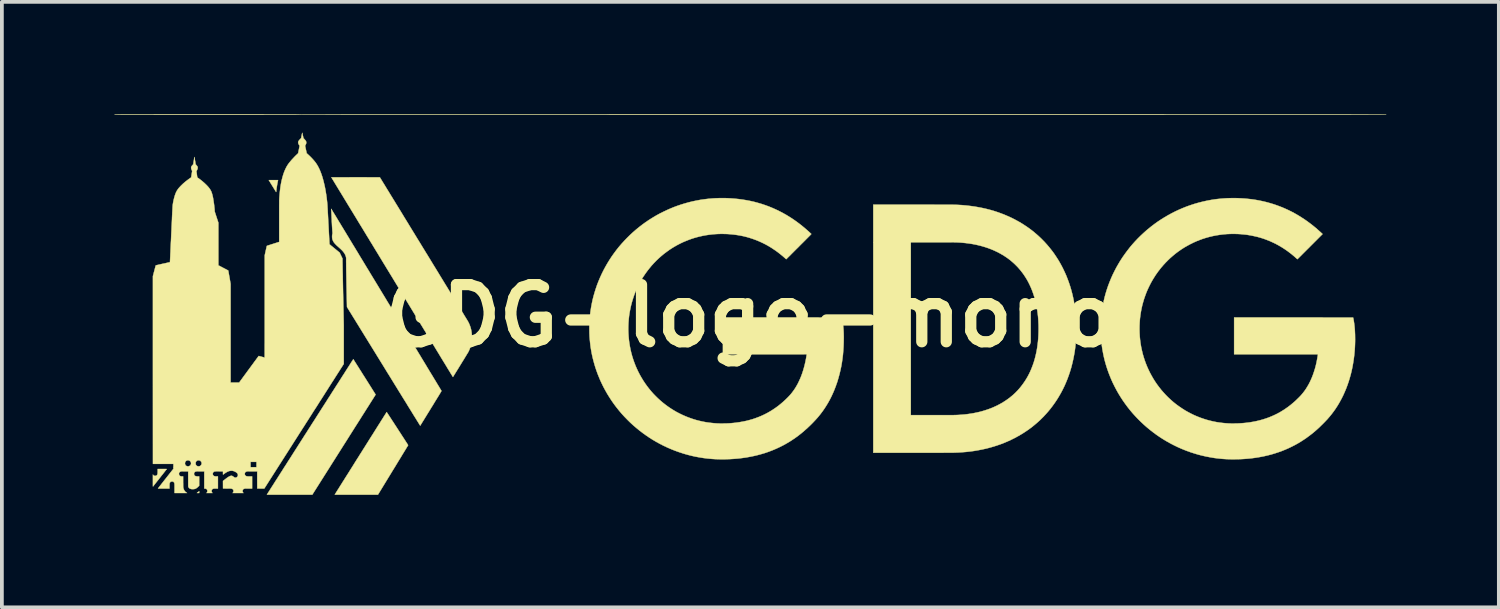
<source format=kicad_pcb>
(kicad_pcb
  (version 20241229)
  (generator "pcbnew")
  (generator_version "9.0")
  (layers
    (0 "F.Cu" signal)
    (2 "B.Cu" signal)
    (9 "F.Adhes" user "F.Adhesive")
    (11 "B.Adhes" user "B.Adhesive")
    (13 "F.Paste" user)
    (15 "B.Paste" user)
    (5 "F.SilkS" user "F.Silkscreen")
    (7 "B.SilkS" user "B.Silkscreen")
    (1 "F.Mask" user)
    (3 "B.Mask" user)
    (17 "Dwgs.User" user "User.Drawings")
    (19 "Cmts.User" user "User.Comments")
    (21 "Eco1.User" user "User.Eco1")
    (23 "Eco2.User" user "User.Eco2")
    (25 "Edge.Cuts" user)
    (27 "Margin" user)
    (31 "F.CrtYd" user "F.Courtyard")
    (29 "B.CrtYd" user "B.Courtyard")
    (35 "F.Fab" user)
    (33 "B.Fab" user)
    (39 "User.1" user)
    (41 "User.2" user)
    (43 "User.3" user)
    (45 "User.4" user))
  (footprint "GDG-logo-mono"
    (layer "F.Cu")
    (at 16.962 5.375)
    (property "Reference" "GDG-logo-mono" (at 0 0 0) (layer "F.SilkS") (effects (font (size 1.524 1.524) (thickness 0.3))))
    (attr through_hole)
    (fp_poly (pts (xy -14.7 4.724) (xy -14.732 4.724) (xy -14.743 4.724) (xy -14.751 4.724) (xy -14.756 4.724) (xy -14.759 4.724) (xy -14.761 4.723) (xy -14.761 4.723) (xy -14.759 4.722) (xy -14.759 4.721) (xy -14.746 4.712) (xy -14.732 4.701) (xy -14.718 4.69) (xy -14.714 4.686) (xy -14.7 4.673) (xy -14.7 4.724)) (stroke (width 0.01) (type solid)) (fill yes) (layer "F.SilkS"))
    (fp_poly (pts (xy -12.597 -3.618) (xy -12.598 -3.614) (xy -12.6 -3.606) (xy -12.602 -3.597) (xy -12.604 -3.585) (xy -12.607 -3.573) (xy -12.609 -3.559) (xy -12.612 -3.545) (xy -12.615 -3.532) (xy -12.617 -3.519) (xy -12.619 -3.507) (xy -12.621 -3.498) (xy -12.621 -3.496) (xy -12.624 -3.476) (xy -12.627 -3.456) (xy -12.631 -3.434) (xy -12.634 -3.412) (xy -12.637 -3.391) (xy -12.639 -3.371) (xy -12.641 -3.352) (xy -12.643 -3.335) (xy -12.645 -3.321) (xy -12.645 -3.318) (xy -12.646 -3.311) (xy -12.646 -3.306) (xy -12.647 -3.304) (xy -12.647 -3.304) (xy -12.648 -3.305) (xy -12.651 -3.309) (xy -12.655 -3.316) (xy -12.661 -3.325) (xy -12.668 -3.336) (xy -12.676 -3.349) (xy -12.685 -3.364) (xy -12.695 -3.38) (xy -12.706 -3.398) (xy -12.718 -3.417) (xy -12.73 -3.437) (xy -12.742 -3.456) (xy -12.755 -3.477) (xy -12.768 -3.497) (xy -12.779 -3.517) (xy -12.791 -3.535) (xy -12.801 -3.551) (xy -12.81 -3.567) (xy -12.819 -3.58) (xy -12.826 -3.592) (xy -12.832 -3.601) (xy -12.836 -3.609) (xy -12.839 -3.613) (xy -12.84 -3.615) (xy -12.844 -3.622) (xy -12.596 -3.622) (xy -12.597 -3.618)) (stroke (width 0.01) (type solid)) (fill yes) (layer "F.SilkS"))
    (fp_poly (pts (xy -15.661 4.083) (xy -15.64 4.083) (xy -15.622 4.083) (xy -15.607 4.083) (xy -15.595 4.083) (xy -15.585 4.083) (xy -15.577 4.083) (xy -15.572 4.084) (xy -15.568 4.084) (xy -15.565 4.084) (xy -15.565 4.085) (xy -15.565 4.085) (xy -15.566 4.086) (xy -15.569 4.09) (xy -15.574 4.097) (xy -15.581 4.105) (xy -15.59 4.116) (xy -15.6 4.129) (xy -15.611 4.144) (xy -15.624 4.16) (xy -15.638 4.178) (xy -15.653 4.197) (xy -15.669 4.218) (xy -15.687 4.24) (xy -15.705 4.262) (xy -15.723 4.286) (xy -15.742 4.31) (xy -15.747 4.316) (xy -15.766 4.341) (xy -15.785 4.365) (xy -15.803 4.388) (xy -15.821 4.41) (xy -15.837 4.431) (xy -15.853 4.45) (xy -15.867 4.469) (xy -15.881 4.486) (xy -15.893 4.501) (xy -15.903 4.514) (xy -15.912 4.525) (xy -15.92 4.535) (xy -15.925 4.542) (xy -15.929 4.547) (xy -15.931 4.549) (xy -15.931 4.549) (xy -15.932 4.55) (xy -15.932 4.55) (xy -15.932 4.549) (xy -15.933 4.548) (xy -15.933 4.546) (xy -15.933 4.543) (xy -15.934 4.539) (xy -15.934 4.533) (xy -15.934 4.525) (xy -15.934 4.516) (xy -15.934 4.504) (xy -15.934 4.49) (xy -15.934 4.474) (xy -15.934 4.454) (xy -15.934 4.433) (xy -15.934 4.407) (xy -15.934 4.391) (xy -15.934 4.229) (xy -15.929 4.238) (xy -15.921 4.249) (xy -15.911 4.257) (xy -15.901 4.262) (xy -15.891 4.265) (xy -15.879 4.266) (xy -15.867 4.266) (xy -15.855 4.264) (xy -15.847 4.262) (xy -15.836 4.256) (xy -15.827 4.248) (xy -15.819 4.237) (xy -15.817 4.233) (xy -15.815 4.228) (xy -15.813 4.222) (xy -15.811 4.216) (xy -15.81 4.209) (xy -15.809 4.202) (xy -15.808 4.192) (xy -15.808 4.18) (xy -15.807 4.167) (xy -15.807 4.15) (xy -15.807 4.14) (xy -15.807 4.083) (xy -15.685 4.083) (xy -15.661 4.083)) (stroke (width 0.01) (type solid)) (fill yes) (layer "F.SilkS"))
    (fp_poly (pts (xy -9.698 2.567) (xy -9.695 2.571) (xy -9.691 2.578) (xy -9.685 2.587) (xy -9.677 2.598) (xy -9.669 2.612) (xy -9.658 2.628) (xy -9.647 2.645) (xy -9.634 2.665) (xy -9.62 2.686) (xy -9.606 2.708) (xy -9.59 2.732) (xy -9.574 2.757) (xy -9.557 2.784) (xy -9.539 2.811) (xy -9.52 2.839) (xy -9.502 2.868) (xy -9.482 2.898) (xy -9.463 2.928) (xy -9.443 2.958) (xy -9.423 2.989) (xy -9.403 3.02) (xy -9.384 3.05) (xy -9.364 3.081) (xy -9.344 3.111) (xy -9.325 3.14) (xy -9.306 3.17) (xy -9.288 3.198) (xy -9.27 3.225) (xy -9.253 3.252) (xy -9.236 3.277) (xy -9.221 3.302) (xy -9.206 3.324) (xy -9.192 3.346) (xy -9.18 3.365) (xy -9.168 3.383) (xy -9.158 3.399) (xy -9.149 3.413) (xy -9.141 3.425) (xy -9.135 3.435) (xy -9.131 3.442) (xy -9.128 3.446) (xy -9.127 3.448) (xy -9.127 3.448) (xy -9.128 3.45) (xy -9.13 3.454) (xy -9.134 3.461) (xy -9.14 3.471) (xy -9.148 3.483) (xy -9.157 3.497) (xy -9.167 3.514) (xy -9.179 3.534) (xy -9.192 3.555) (xy -9.206 3.579) (xy -9.222 3.604) (xy -9.238 3.631) (xy -9.256 3.66) (xy -9.275 3.691) (xy -9.295 3.724) (xy -9.315 3.758) (xy -9.337 3.793) (xy -9.359 3.83) (xy -9.383 3.868) (xy -9.406 3.907) (xy -9.431 3.947) (xy -9.456 3.989) (xy -9.482 4.031) (xy -9.508 4.074) (xy -9.53 4.109) (xy -9.932 4.768) (xy -10.509 4.768) (xy -10.567 4.768) (xy -10.622 4.768) (xy -10.674 4.768) (xy -10.723 4.768) (xy -10.769 4.768) (xy -10.813 4.768) (xy -10.853 4.768) (xy -10.889 4.768) (xy -10.923 4.768) (xy -10.954 4.768) (xy -10.981 4.768) (xy -11.006 4.768) (xy -11.027 4.768) (xy -11.045 4.768) (xy -11.059 4.767) (xy -11.07 4.767) (xy -11.078 4.767) (xy -11.083 4.767) (xy -11.084 4.767) (xy -11.083 4.765) (xy -11.081 4.761) (xy -11.076 4.754) (xy -11.07 4.744) (xy -11.063 4.732) (xy -11.053 4.717) (xy -11.043 4.7) (xy -11.031 4.681) (xy -11.017 4.66) (xy -11.003 4.636) (xy -10.986 4.611) (xy -10.969 4.583) (xy -10.951 4.554) (xy -10.931 4.523) (xy -10.911 4.49) (xy -10.889 4.456) (xy -10.867 4.42) (xy -10.843 4.383) (xy -10.819 4.344) (xy -10.794 4.304) (xy -10.768 4.263) (xy -10.741 4.221) (xy -10.714 4.178) (xy -10.686 4.133) (xy -10.658 4.089) (xy -10.629 4.043) (xy -10.6 3.997) (xy -10.571 3.95) (xy -10.541 3.902) (xy -10.511 3.854) (xy -10.481 3.806) (xy -10.45 3.758) (xy -10.42 3.709) (xy -10.389 3.661) (xy -10.358 3.612) (xy -10.328 3.563) (xy -10.297 3.515) (xy -10.267 3.467) (xy -10.237 3.419) (xy -10.207 3.372) (xy -10.178 3.325) (xy -10.149 3.279) (xy -10.12 3.233) (xy -10.092 3.189) (xy -10.064 3.145) (xy -10.037 3.102) (xy -10.011 3.06) (xy -9.985 3.019) (xy -9.96 2.979) (xy -9.936 2.941) (xy -9.913 2.904) (xy -9.89 2.869) (xy -9.869 2.835) (xy -9.849 2.802) (xy -9.829 2.771) (xy -9.811 2.743) (xy -9.794 2.716) (xy -9.778 2.69) (xy -9.764 2.667) (xy -9.75 2.646) (xy -9.739 2.628) (xy -9.728 2.611) (xy -9.719 2.597) (xy -9.712 2.586) (xy -9.706 2.577) (xy -9.702 2.57) (xy -9.7 2.566) (xy -9.699 2.565) (xy -9.698 2.567)) (stroke (width 0.01) (type solid)) (fill yes) (layer "F.SilkS"))
    (fp_poly (pts (xy -10.589 1.157) (xy -10.586 1.161) (xy -10.582 1.168) (xy -10.576 1.177) (xy -10.568 1.189) (xy -10.559 1.203) (xy -10.549 1.22) (xy -10.537 1.238) (xy -10.524 1.259) (xy -10.51 1.281) (xy -10.494 1.306) (xy -10.478 1.332) (xy -10.46 1.359) (xy -10.442 1.388) (xy -10.423 1.419) (xy -10.403 1.45) (xy -10.382 1.483) (xy -10.361 1.517) (xy -10.339 1.552) (xy -10.316 1.588) (xy -10.293 1.624) (xy -10.291 1.627) (xy -9.994 2.099) (xy -10.01 2.124) (xy -10.012 2.127) (xy -10.015 2.132) (xy -10.02 2.14) (xy -10.027 2.151) (xy -10.036 2.165) (xy -10.046 2.181) (xy -10.057 2.199) (xy -10.071 2.22) (xy -10.085 2.243) (xy -10.101 2.268) (xy -10.119 2.296) (xy -10.138 2.326) (xy -10.158 2.358) (xy -10.179 2.392) (xy -10.202 2.428) (xy -10.226 2.465) (xy -10.251 2.505) (xy -10.277 2.546) (xy -10.304 2.589) (xy -10.333 2.634) (xy -10.362 2.68) (xy -10.392 2.728) (xy -10.423 2.777) (xy -10.455 2.827) (xy -10.488 2.879) (xy -10.522 2.932) (xy -10.556 2.986) (xy -10.591 3.042) (xy -10.627 3.098) (xy -10.663 3.155) (xy -10.7 3.214) (xy -10.737 3.273) (xy -10.775 3.333) (xy -10.813 3.393) (xy -10.852 3.454) (xy -10.855 3.459) (xy -11.683 4.768) (xy -12.289 4.768) (xy -12.334 4.768) (xy -12.379 4.768) (xy -12.422 4.768) (xy -12.464 4.768) (xy -12.505 4.768) (xy -12.544 4.768) (xy -12.582 4.768) (xy -12.619 4.768) (xy -12.653 4.768) (xy -12.686 4.768) (xy -12.717 4.768) (xy -12.746 4.768) (xy -12.773 4.768) (xy -12.797 4.768) (xy -12.819 4.768) (xy -12.838 4.768) (xy -12.855 4.767) (xy -12.869 4.767) (xy -12.88 4.767) (xy -12.888 4.767) (xy -12.893 4.767) (xy -12.894 4.767) (xy -12.893 4.765) (xy -12.891 4.761) (xy -12.886 4.754) (xy -12.88 4.744) (xy -12.872 4.732) (xy -12.863 4.717) (xy -12.852 4.7) (xy -12.839 4.68) (xy -12.825 4.658) (xy -12.81 4.634) (xy -12.793 4.607) (xy -12.775 4.579) (xy -12.755 4.548) (xy -12.734 4.515) (xy -12.712 4.481) (xy -12.689 4.444) (xy -12.665 4.406) (xy -12.639 4.366) (xy -12.612 4.324) (xy -12.585 4.281) (xy -12.556 4.236) (xy -12.527 4.19) (xy -12.496 4.142) (xy -12.465 4.093) (xy -12.433 4.042) (xy -12.4 3.991) (xy -12.366 3.938) (xy -12.332 3.884) (xy -12.297 3.83) (xy -12.261 3.774) (xy -12.225 3.717) (xy -12.189 3.66) (xy -12.152 3.602) (xy -12.114 3.543) (xy -12.076 3.483) (xy -12.038 3.423) (xy -11.999 3.362) (xy -11.96 3.301) (xy -11.921 3.24) (xy -11.882 3.178) (xy -11.842 3.117) (xy -11.803 3.055) (xy -11.763 2.992) (xy -11.723 2.93) (xy -11.684 2.868) (xy -11.644 2.806) (xy -11.604 2.744) (xy -11.565 2.682) (xy -11.526 2.621) (xy -11.487 2.56) (xy -11.448 2.499) (xy -11.41 2.439) (xy -11.372 2.38) (xy -11.334 2.321) (xy -11.297 2.263) (xy -11.261 2.205) (xy -11.224 2.149) (xy -11.189 2.093) (xy -11.154 2.038) (xy -11.119 1.984) (xy -11.086 1.932) (xy -11.053 1.88) (xy -11.021 1.83) (xy -10.989 1.781) (xy -10.959 1.733) (xy -10.929 1.687) (xy -10.901 1.642) (xy -10.873 1.598) (xy -10.846 1.557) (xy -10.821 1.517) (xy -10.796 1.478) (xy -10.773 1.442) (xy -10.751 1.407) (xy -10.73 1.375) (xy -10.71 1.344) (xy -10.692 1.315) (xy -10.675 1.289) (xy -10.66 1.264) (xy -10.646 1.242) (xy -10.633 1.223) (xy -10.622 1.205) (xy -10.612 1.191) (xy -10.604 1.178) (xy -10.598 1.168) (xy -10.594 1.161) (xy -10.591 1.157) (xy -10.59 1.155) (xy -10.59 1.155) (xy -10.589 1.157)) (stroke (width 0.01) (type solid)) (fill yes) (layer "F.SilkS"))
    (fp_poly (pts (xy -13.936 -5.37) (xy -13.841 -5.37) (xy -13.749 -5.37) (xy -13.66 -5.37) (xy -13.575 -5.37) (xy -13.492 -5.37) (xy -13.412 -5.37) (xy -13.335 -5.37) (xy -13.26 -5.37) (xy -13.189 -5.37) (xy -13.12 -5.37) (xy -13.054 -5.37) (xy -12.99 -5.37) (xy -12.929 -5.369) (xy -12.87 -5.369) (xy -12.814 -5.369) (xy -12.76 -5.369) (xy -12.708 -5.369) (xy -12.659 -5.369) (xy -12.611 -5.369) (xy -12.566 -5.369) (xy -12.524 -5.369) (xy -12.483 -5.369) (xy -12.444 -5.369) (xy -12.407 -5.369) (xy -12.372 -5.369) (xy -12.339 -5.369) (xy -12.308 -5.369) (xy -12.278 -5.369) (xy -12.251 -5.369) (xy -12.225 -5.369) (xy -12.2 -5.369) (xy -12.177 -5.369) (xy -12.156 -5.369) (xy -12.136 -5.369) (xy -12.117 -5.369) (xy -12.1 -5.369) (xy -12.084 -5.369) (xy -12.069 -5.369) (xy -12.055 -5.369) (xy -12.043 -5.369) (xy -12.032 -5.368) (xy -12.022 -5.368) (xy -12.012 -5.368) (xy -12.004 -5.368) (xy -11.997 -5.368) (xy -11.99 -5.368) (xy -11.984 -5.368) (xy -11.979 -5.368) (xy -11.975 -5.368) (xy -11.971 -5.368) (xy -11.968 -5.368) (xy -11.966 -5.367) (xy -11.964 -5.367) (xy -11.962 -5.367) (xy -11.961 -5.367) (xy -11.96 -5.367) (xy -11.959 -5.367) (xy -11.959 -5.367) (xy -11.958 -5.367) (xy -11.958 -5.366) (xy -11.958 -5.366) (xy -11.958 -5.366) (xy -11.958 -5.366) (xy -11.958 -5.366) (xy -11.959 -5.366) (xy -11.959 -5.366) (xy -11.959 -5.365) (xy -11.96 -5.365) (xy -11.961 -5.365) (xy -11.963 -5.365) (xy -11.965 -5.365) (xy -11.967 -5.365) (xy -11.97 -5.365) (xy -11.973 -5.365) (xy -11.977 -5.365) (xy -11.982 -5.364) (xy -11.987 -5.364) (xy -11.993 -5.364) (xy -12 -5.364) (xy -12.008 -5.364) (xy -12.017 -5.364) (xy -12.026 -5.364) (xy -12.037 -5.364) (xy -12.049 -5.364) (xy -12.062 -5.364) (xy -12.076 -5.364) (xy -12.091 -5.364) (xy -12.108 -5.364) (xy -12.126 -5.363) (xy -12.145 -5.363) (xy -12.166 -5.363) (xy -12.188 -5.363) (xy -12.212 -5.363) (xy -12.237 -5.363) (xy -12.264 -5.363) (xy -12.293 -5.363) (xy -12.323 -5.363) (xy -12.355 -5.363) (xy -12.389 -5.363) (xy -12.425 -5.363) (xy -12.463 -5.363) (xy -12.502 -5.363) (xy -12.544 -5.363) (xy -12.588 -5.363) (xy -12.634 -5.363) (xy -12.682 -5.363) (xy -12.733 -5.363) (xy -12.786 -5.363) (xy -12.841 -5.363) (xy -12.898 -5.363) (xy -12.958 -5.363) (xy -13.021 -5.363) (xy -13.086 -5.363) (xy -13.153 -5.363) (xy -13.223 -5.363) (xy -13.296 -5.363) (xy -13.372 -5.363) (xy -13.45 -5.363) (xy -13.532 -5.363) (xy -13.616 -5.363) (xy -13.703 -5.363) (xy -13.793 -5.363) (xy -13.887 -5.363) (xy -13.983 -5.363) (xy -14.082 -5.363) (xy -14.185 -5.363) (xy -14.781 -5.363) (xy -14.882 -5.363) (xy -14.98 -5.363) (xy -15.075 -5.363) (xy -15.166 -5.363) (xy -15.255 -5.363) (xy -15.341 -5.363) (xy -15.424 -5.363) (xy -15.504 -5.363) (xy -15.581 -5.363) (xy -15.655 -5.363) (xy -15.727 -5.363) (xy -15.796 -5.363) (xy -15.862 -5.363) (xy -15.926 -5.363) (xy -15.987 -5.363) (xy -16.045 -5.363) (xy -16.102 -5.363) (xy -16.156 -5.363) (xy -16.207 -5.363) (xy -16.257 -5.363) (xy -16.304 -5.363) (xy -16.349 -5.363) (xy -16.392 -5.363) (xy -16.433 -5.363) (xy -16.471 -5.363) (xy -16.508 -5.363) (xy -16.543 -5.363) (xy -16.576 -5.363) (xy -16.607 -5.363) (xy -16.637 -5.363) (xy -16.665 -5.363) (xy -16.691 -5.363) (xy -16.715 -5.363) (xy -16.738 -5.363) (xy -16.76 -5.363) (xy -16.78 -5.363) (xy -16.798 -5.364) (xy -16.816 -5.364) (xy -16.832 -5.364) (xy -16.846 -5.364) (xy -16.86 -5.364) (xy -16.872 -5.364) (xy -16.884 -5.364) (xy -16.894 -5.364) (xy -16.903 -5.364) (xy -16.911 -5.364) (xy -16.919 -5.364) (xy -16.925 -5.364) (xy -16.931 -5.364) (xy -16.936 -5.365) (xy -16.94 -5.365) (xy -16.944 -5.365) (xy -16.947 -5.365) (xy -16.95 -5.365) (xy -16.952 -5.365) (xy -16.953 -5.365) (xy -16.955 -5.365) (xy -16.956 -5.365) (xy -16.956 -5.366) (xy -16.957 -5.366) (xy -16.957 -5.366) (xy -16.957 -5.366) (xy -16.957 -5.366) (xy -16.957 -5.366) (xy -16.957 -5.366) (xy -16.957 -5.366) (xy -16.957 -5.367) (xy -16.956 -5.367) (xy -16.956 -5.367) (xy -16.955 -5.367) (xy -16.954 -5.367) (xy -16.953 -5.367) (xy -16.951 -5.367) (xy -16.948 -5.367) (xy -16.946 -5.368) (xy -16.942 -5.368) (xy -16.938 -5.368) (xy -16.934 -5.368) (xy -16.928 -5.368) (xy -16.922 -5.368) (xy -16.915 -5.368) (xy -16.907 -5.368) (xy -16.899 -5.368) (xy -16.889 -5.368) (xy -16.878 -5.368) (xy -16.866 -5.369) (xy -16.853 -5.369) (xy -16.839 -5.369) (xy -16.824 -5.369) (xy -16.807 -5.369) (xy -16.79 -5.369) (xy -16.77 -5.369) (xy -16.75 -5.369) (xy -16.727 -5.369) (xy -16.704 -5.369) (xy -16.678 -5.369) (xy -16.651 -5.369) (xy -16.623 -5.369) (xy -16.592 -5.369) (xy -16.56 -5.369) (xy -16.526 -5.369) (xy -16.49 -5.369) (xy -16.453 -5.369) (xy -16.413 -5.369) (xy -16.371 -5.369) (xy -16.327 -5.369) (xy -16.281 -5.369) (xy -16.233 -5.369) (xy -16.183 -5.369) (xy -16.13 -5.369) (xy -16.075 -5.369) (xy -16.017 -5.369) (xy -15.957 -5.369) (xy -15.895 -5.37) (xy -15.83 -5.37) (xy -15.762 -5.37) (xy -15.692 -5.37) (xy -15.619 -5.37) (xy -15.543 -5.37) (xy -15.465 -5.37) (xy -15.384 -5.37) (xy -15.299 -5.37) (xy -15.212 -5.37) (xy -15.122 -5.37) (xy -15.029 -5.37) (xy -14.933 -5.37) (xy -14.833 -5.37) (xy -14.034 -5.37) (xy -13.936 -5.37)) (stroke (width 0.01) (type solid)) (fill yes) (layer "F.SilkS"))
    (fp_poly (pts (xy -11.178 -2.855) (xy -11.175 -2.85) (xy -11.171 -2.843) (xy -11.165 -2.834) (xy -11.158 -2.821) (xy -11.148 -2.806) (xy -11.138 -2.788) (xy -11.126 -2.768) (xy -11.112 -2.746) (xy -11.097 -2.721) (xy -11.08 -2.694) (xy -11.062 -2.664) (xy -11.043 -2.633) (xy -11.023 -2.599) (xy -11.001 -2.563) (xy -10.978 -2.525) (xy -10.954 -2.485) (xy -10.928 -2.443) (xy -10.902 -2.399) (xy -10.874 -2.354) (xy -10.846 -2.307) (xy -10.816 -2.258) (xy -10.785 -2.207) (xy -10.754 -2.155) (xy -10.721 -2.102) (xy -10.688 -2.046) (xy -10.654 -1.99) (xy -10.619 -1.932) (xy -10.583 -1.873) (xy -10.546 -1.813) (xy -10.509 -1.751) (xy -10.471 -1.689) (xy -10.433 -1.625) (xy -10.394 -1.56) (xy -10.354 -1.495) (xy -10.314 -1.429) (xy -10.273 -1.361) (xy -10.232 -1.293) (xy -10.19 -1.225) (xy -10.148 -1.155) (xy -10.106 -1.085) (xy -10.063 -1.015) (xy -10.02 -0.944) (xy -9.977 -0.873) (xy -9.933 -0.801) (xy -9.89 -0.729) (xy -9.846 -0.657) (xy -9.802 -0.584) (xy -9.758 -0.512) (xy -9.714 -0.439) (xy -9.67 -0.366) (xy -9.626 -0.294) (xy -9.582 -0.221) (xy -9.539 -0.149) (xy -9.495 -0.077) (xy -9.451 -0.005) (xy -9.408 0.066) (xy -9.365 0.137) (xy -9.322 0.208) (xy -9.28 0.278) (xy -9.238 0.348) (xy -9.196 0.416) (xy -9.155 0.485) (xy -9.114 0.552) (xy -9.073 0.619) (xy -9.034 0.685) (xy -8.994 0.75) (xy -8.956 0.814) (xy -8.917 0.876) (xy -8.88 0.938) (xy -8.843 0.999) (xy -8.807 1.058) (xy -8.772 1.117) (xy -8.738 1.173) (xy -8.704 1.229) (xy -8.671 1.283) (xy -8.639 1.336) (xy -8.609 1.387) (xy -8.579 1.436) (xy -8.55 1.484) (xy -8.522 1.53) (xy -8.495 1.574) (xy -8.469 1.616) (xy -8.445 1.657) (xy -8.422 1.695) (xy -8.399 1.732) (xy -8.379 1.766) (xy -8.359 1.799) (xy -8.341 1.829) (xy -8.324 1.857) (xy -8.308 1.882) (xy -8.294 1.906) (xy -8.282 1.927) (xy -8.271 1.945) (xy -8.261 1.961) (xy -8.253 1.974) (xy -8.247 1.985) (xy -8.242 1.992) (xy -8.239 1.998) (xy -8.237 2) (xy -8.237 2) (xy -8.238 2.001) (xy -8.238 2.003) (xy -8.24 2.006) (xy -8.242 2.01) (xy -8.246 2.016) (xy -8.25 2.022) (xy -8.255 2.031) (xy -8.261 2.041) (xy -8.267 2.052) (xy -8.275 2.066) (xy -8.285 2.081) (xy -8.295 2.098) (xy -8.306 2.117) (xy -8.319 2.138) (xy -8.333 2.161) (xy -8.349 2.186) (xy -8.365 2.213) (xy -8.384 2.243) (xy -8.404 2.275) (xy -8.425 2.31) (xy -8.448 2.348) (xy -8.472 2.388) (xy -8.499 2.43) (xy -8.52 2.465) (xy -8.543 2.502) (xy -8.564 2.537) (xy -8.586 2.572) (xy -8.607 2.606) (xy -8.627 2.638) (xy -8.646 2.67) (xy -8.665 2.7) (xy -8.683 2.729) (xy -8.699 2.756) (xy -8.715 2.782) (xy -8.73 2.806) (xy -8.744 2.828) (xy -8.756 2.848) (xy -8.767 2.867) (xy -8.777 2.883) (xy -8.786 2.896) (xy -8.793 2.908) (xy -8.798 2.917) (xy -8.802 2.923) (xy -8.805 2.927) (xy -8.805 2.928) (xy -8.806 2.926) (xy -8.809 2.922) (xy -8.813 2.915) (xy -8.819 2.905) (xy -8.827 2.893) (xy -8.836 2.878) (xy -8.847 2.86) (xy -8.859 2.84) (xy -8.873 2.818) (xy -8.889 2.793) (xy -8.905 2.766) (xy -8.923 2.737) (xy -8.943 2.705) (xy -8.964 2.672) (xy -8.986 2.636) (xy -9.009 2.599) (xy -9.033 2.559) (xy -9.059 2.517) (xy -9.086 2.474) (xy -9.114 2.429) (xy -9.143 2.382) (xy -9.172 2.333) (xy -9.203 2.283) (xy -9.235 2.232) (xy -9.268 2.179) (xy -9.302 2.124) (xy -9.336 2.068) (xy -9.372 2.011) (xy -9.408 1.952) (xy -9.444 1.893) (xy -9.482 1.832) (xy -9.52 1.77) (xy -9.559 1.707) (xy -9.598 1.643) (xy -9.638 1.578) (xy -9.679 1.513) (xy -9.72 1.446) (xy -9.761 1.379) (xy -9.782 1.345) (xy -10.758 -0.238) (xy -10.762 -0.419) (xy -10.764 -0.497) (xy -10.765 -0.573) (xy -10.767 -0.647) (xy -10.768 -0.718) (xy -10.77 -0.787) (xy -10.771 -0.854) (xy -10.772 -0.917) (xy -10.773 -0.978) (xy -10.774 -1.037) (xy -10.775 -1.093) (xy -10.776 -1.146) (xy -10.777 -1.196) (xy -10.778 -1.243) (xy -10.778 -1.287) (xy -10.779 -1.328) (xy -10.779 -1.366) (xy -10.779 -1.401) (xy -10.78 -1.433) (xy -10.78 -1.461) (xy -10.78 -1.484) (xy -10.78 -1.5) (xy -10.78 -1.514) (xy -10.78 -1.525) (xy -10.78 -1.534) (xy -10.78 -1.541) (xy -10.781 -1.547) (xy -10.781 -1.552) (xy -10.782 -1.556) (xy -10.783 -1.561) (xy -10.784 -1.566) (xy -10.784 -1.568) (xy -10.792 -1.597) (xy -10.803 -1.625) (xy -10.817 -1.653) (xy -10.834 -1.68) (xy -10.854 -1.707) (xy -10.859 -1.713) (xy -10.869 -1.725) (xy -10.88 -1.737) (xy -10.893 -1.751) (xy -10.909 -1.766) (xy -10.926 -1.783) (xy -10.946 -1.801) (xy -10.968 -1.821) (xy -10.976 -1.828) (xy -10.999 -1.849) (xy -11.02 -1.867) (xy -11.038 -1.884) (xy -11.054 -1.9) (xy -11.068 -1.915) (xy -11.081 -1.929) (xy -11.092 -1.942) (xy -11.102 -1.954) (xy -11.11 -1.966) (xy -11.118 -1.979) (xy -11.125 -1.991) (xy -11.131 -2.004) (xy -11.139 -2.021) (xy -11.145 -2.037) (xy -11.149 -2.052) (xy -11.152 -2.068) (xy -11.154 -2.086) (xy -11.155 -2.103) (xy -11.155 -2.126) (xy -11.154 -2.147) (xy -11.151 -2.167) (xy -11.147 -2.187) (xy -11.145 -2.193) (xy -11.144 -2.198) (xy -11.144 -2.202) (xy -11.144 -2.208) (xy -11.144 -2.215) (xy -11.145 -2.224) (xy -11.145 -2.226) (xy -11.146 -2.245) (xy -11.148 -2.263) (xy -11.149 -2.282) (xy -11.15 -2.302) (xy -11.152 -2.323) (xy -11.153 -2.346) (xy -11.155 -2.37) (xy -11.156 -2.395) (xy -11.158 -2.423) (xy -11.159 -2.453) (xy -11.161 -2.485) (xy -11.163 -2.52) (xy -11.164 -2.558) (xy -11.166 -2.599) (xy -11.167 -2.606) (xy -11.168 -2.63) (xy -11.169 -2.654) (xy -11.17 -2.678) (xy -11.171 -2.701) (xy -11.172 -2.722) (xy -11.173 -2.743) (xy -11.174 -2.761) (xy -11.175 -2.778) (xy -11.176 -2.792) (xy -11.176 -2.803) (xy -11.177 -2.811) (xy -11.178 -2.823) (xy -11.178 -2.833) (xy -11.179 -2.843) (xy -11.179 -2.85) (xy -11.179 -2.854) (xy -11.179 -2.856) (xy -11.178 -2.855)) (stroke (width 0.01) (type solid)) (fill yes) (layer "F.SilkS"))
    (fp_poly (pts (xy -10.42 -3.697) (xy -10.371 -3.697) (xy -10.325 -3.697) (xy -10.282 -3.697) (xy -10.242 -3.697) (xy -10.204 -3.696) (xy -10.169 -3.696) (xy -10.137 -3.696) (xy -10.108 -3.696) (xy -10.08 -3.696) (xy -10.055 -3.696) (xy -10.032 -3.696) (xy -10.012 -3.696) (xy -9.993 -3.696) (xy -9.976 -3.696) (xy -9.961 -3.696) (xy -9.947 -3.696) (xy -9.936 -3.696) (xy -9.925 -3.696) (xy -9.916 -3.696) (xy -9.909 -3.696) (xy -9.902 -3.695) (xy -9.897 -3.695) (xy -9.892 -3.695) (xy -9.889 -3.695) (xy -9.886 -3.695) (xy -9.884 -3.695) (xy -9.882 -3.694) (xy -9.881 -3.694) (xy -9.881 -3.694) (xy -9.88 -3.694) (xy -9.88 -3.694) (xy -9.879 -3.692) (xy -9.877 -3.688) (xy -9.872 -3.681) (xy -9.866 -3.671) (xy -9.859 -3.658) (xy -9.849 -3.643) (xy -9.839 -3.626) (xy -9.826 -3.606) (xy -9.813 -3.584) (xy -9.798 -3.559) (xy -9.781 -3.532) (xy -9.763 -3.503) (xy -9.744 -3.472) (xy -9.724 -3.439) (xy -9.703 -3.404) (xy -9.68 -3.366) (xy -9.656 -3.328) (xy -9.631 -3.287) (xy -9.605 -3.244) (xy -9.578 -3.2) (xy -9.55 -3.155) (xy -9.521 -3.107) (xy -9.491 -3.059) (xy -9.461 -3.009) (xy -9.429 -2.957) (xy -9.397 -2.905) (xy -9.364 -2.851) (xy -9.33 -2.796) (xy -9.296 -2.74) (xy -9.261 -2.682) (xy -9.226 -2.624) (xy -9.19 -2.566) (xy -9.153 -2.506) (xy -9.116 -2.445) (xy -9.079 -2.384) (xy -9.041 -2.322) (xy -9.003 -2.26) (xy -8.964 -2.197) (xy -8.926 -2.134) (xy -8.887 -2.07) (xy -8.848 -2.007) (xy -8.808 -1.942) (xy -8.769 -1.878) (xy -8.73 -1.814) (xy -8.69 -1.749) (xy -8.651 -1.685) (xy -8.611 -1.621) (xy -8.572 -1.557) (xy -8.533 -1.493) (xy -8.494 -1.429) (xy -8.456 -1.366) (xy -8.417 -1.303) (xy -8.379 -1.241) (xy -8.341 -1.179) (xy -8.304 -1.118) (xy -8.267 -1.057) (xy -8.23 -0.997) (xy -8.194 -0.938) (xy -8.159 -0.88) (xy -8.124 -0.823) (xy -8.089 -0.767) (xy -8.056 -0.712) (xy -8.023 -0.658) (xy -7.99 -0.605) (xy -7.959 -0.554) (xy -7.928 -0.504) (xy -7.898 -0.455) (xy -7.87 -0.408) (xy -7.842 -0.362) (xy -7.815 -0.318) (xy -7.789 -0.275) (xy -7.764 -0.235) (xy -7.74 -0.195) (xy -7.717 -0.158) (xy -7.696 -0.123) (xy -7.675 -0.09) (xy -7.656 -0.059) (xy -7.638 -0.029) (xy -7.622 -0.002) (xy -7.607 0.022) (xy -7.593 0.045) (xy -7.581 0.065) (xy -7.57 0.082) (xy -7.561 0.097) (xy -7.553 0.11) (xy -7.547 0.12) (xy -7.543 0.127) (xy -7.54 0.132) (xy -7.539 0.133) (xy -7.516 0.175) (xy -7.495 0.22) (xy -7.477 0.266) (xy -7.461 0.314) (xy -7.448 0.363) (xy -7.439 0.412) (xy -7.436 0.431) (xy -7.43 0.482) (xy -7.427 0.533) (xy -7.426 0.584) (xy -7.429 0.635) (xy -7.434 0.685) (xy -7.436 0.696) (xy -7.443 0.74) (xy -7.454 0.784) (xy -7.466 0.827) (xy -7.481 0.87) (xy -7.497 0.91) (xy -7.515 0.949) (xy -7.527 0.971) (xy -7.529 0.974) (xy -7.532 0.98) (xy -7.537 0.988) (xy -7.544 0.999) (xy -7.552 1.011) (xy -7.561 1.026) (xy -7.571 1.043) (xy -7.582 1.061) (xy -7.594 1.081) (xy -7.607 1.102) (xy -7.621 1.125) (xy -7.635 1.149) (xy -7.65 1.173) (xy -7.666 1.198) (xy -7.682 1.224) (xy -7.698 1.25) (xy -7.714 1.277) (xy -7.731 1.304) (xy -7.747 1.33) (xy -7.763 1.357) (xy -7.78 1.383) (xy -7.795 1.409) (xy -7.811 1.434) (xy -7.826 1.458) (xy -7.84 1.481) (xy -7.854 1.503) (xy -7.867 1.524) (xy -7.879 1.544) (xy -7.89 1.561) (xy -7.9 1.577) (xy -7.908 1.592) (xy -7.916 1.604) (xy -7.922 1.614) (xy -7.927 1.621) (xy -7.93 1.626) (xy -7.932 1.629) (xy -7.932 1.629) (xy -7.933 1.628) (xy -7.935 1.623) (xy -7.94 1.616) (xy -7.946 1.607) (xy -7.953 1.595) (xy -7.962 1.58) (xy -7.972 1.564) (xy -7.984 1.545) (xy -7.997 1.524) (xy -8.011 1.5) (xy -8.026 1.475) (xy -8.043 1.448) (xy -8.06 1.42) (xy -8.079 1.39) (xy -8.098 1.358) (xy -8.118 1.324) (xy -8.139 1.29) (xy -8.161 1.254) (xy -8.184 1.217) (xy -8.207 1.179) (xy -8.231 1.14) (xy -8.255 1.1) (xy -8.28 1.059) (xy -8.288 1.045) (xy -8.303 1.021) (xy -8.319 0.994) (xy -8.337 0.965) (xy -8.357 0.932) (xy -8.378 0.898) (xy -8.401 0.86) (xy -8.425 0.82) (xy -8.451 0.778) (xy -8.478 0.734) (xy -8.507 0.687) (xy -8.537 0.638) (xy -8.568 0.587) (xy -8.6 0.534) (xy -8.634 0.478) (xy -8.668 0.421) (xy -8.704 0.363) (xy -8.741 0.302) (xy -8.779 0.24) (xy -8.818 0.176) (xy -8.857 0.111) (xy -8.898 0.044) (xy -8.94 -0.024) (xy -8.982 -0.093) (xy -9.025 -0.164) (xy -9.069 -0.236) (xy -9.113 -0.309) (xy -9.158 -0.383) (xy -9.204 -0.457) (xy -9.25 -0.533) (xy -9.296 -0.61) (xy -9.343 -0.687) (xy -9.391 -0.765) (xy -9.439 -0.843) (xy -9.487 -0.922) (xy -9.535 -1.002) (xy -9.584 -1.082) (xy -9.633 -1.162) (xy -9.682 -1.242) (xy -9.731 -1.323) (xy -9.78 -1.403) (xy -9.829 -1.484) (xy -9.878 -1.565) (xy -9.909 -1.616) (xy -9.956 -1.693) (xy -10.003 -1.77) (xy -10.049 -1.846) (xy -10.095 -1.922) (xy -10.141 -1.996) (xy -10.185 -2.07) (xy -10.23 -2.142) (xy -10.273 -2.214) (xy -10.316 -2.284) (xy -10.358 -2.354) (xy -10.4 -2.422) (xy -10.441 -2.489) (xy -10.481 -2.555) (xy -10.52 -2.62) (xy -10.559 -2.683) (xy -10.596 -2.745) (xy -10.633 -2.805) (xy -10.669 -2.864) (xy -10.704 -2.921) (xy -10.738 -2.977) (xy -10.77 -3.03) (xy -10.802 -3.083) (xy -10.833 -3.133) (xy -10.862 -3.182) (xy -10.891 -3.229) (xy -10.918 -3.274) (xy -10.944 -3.316) (xy -10.969 -3.357) (xy -10.993 -3.396) (xy -11.015 -3.433) (xy -11.036 -3.467) (xy -11.056 -3.5) (xy -11.074 -3.53) (xy -11.091 -3.557) (xy -11.106 -3.583) (xy -11.12 -3.606) (xy -11.133 -3.626) (xy -11.143 -3.644) (xy -11.153 -3.659) (xy -11.16 -3.672) (xy -11.166 -3.682) (xy -11.171 -3.689) (xy -11.173 -3.693) (xy -11.174 -3.695) (xy -11.174 -3.695) (xy -11.173 -3.695) (xy -11.168 -3.695) (xy -11.159 -3.695) (xy -11.148 -3.695) (xy -11.133 -3.696) (xy -11.115 -3.696) (xy -11.094 -3.696) (xy -11.07 -3.696) (xy -11.043 -3.696) (xy -11.013 -3.696) (xy -10.98 -3.696) (xy -10.944 -3.696) (xy -10.906 -3.696) (xy -10.864 -3.696) (xy -10.82 -3.696) (xy -10.773 -3.696) (xy -10.724 -3.696) (xy -10.672 -3.697) (xy -10.618 -3.697) (xy -10.561 -3.697) (xy -10.529 -3.697) (xy -10.473 -3.697) (xy -10.42 -3.697)) (stroke (width 0.01) (type solid)) (fill yes) (layer "F.SilkS"))
    (fp_poly (pts (xy 4.301 -2.967) (xy 4.375 -2.967) (xy 4.447 -2.967) (xy 4.515 -2.967) (xy 4.58 -2.967) (xy 4.642 -2.967) (xy 4.701 -2.967) (xy 4.757 -2.967) (xy 4.811 -2.967) (xy 4.861 -2.967) (xy 4.909 -2.966) (xy 4.955 -2.966) (xy 4.998 -2.966) (xy 5.038 -2.966) (xy 5.077 -2.966) (xy 5.113 -2.966) (xy 5.147 -2.966) (xy 5.178 -2.966) (xy 5.208 -2.966) (xy 5.236 -2.966) (xy 5.262 -2.966) (xy 5.287 -2.966) (xy 5.309 -2.965) (xy 5.331 -2.965) (xy 5.35 -2.965) (xy 5.369 -2.965) (xy 5.386 -2.965) (xy 5.401 -2.965) (xy 5.416 -2.964) (xy 5.43 -2.964) (xy 5.442 -2.964) (xy 5.454 -2.964) (xy 5.465 -2.964) (xy 5.475 -2.963) (xy 5.484 -2.963) (xy 5.493 -2.963) (xy 5.501 -2.962) (xy 5.509 -2.962) (xy 5.517 -2.962) (xy 5.519 -2.962) (xy 5.636 -2.955) (xy 5.751 -2.945) (xy 5.864 -2.932) (xy 5.975 -2.917) (xy 6.084 -2.898) (xy 6.192 -2.877) (xy 6.298 -2.853) (xy 6.402 -2.826) (xy 6.505 -2.796) (xy 6.605 -2.763) (xy 6.704 -2.727) (xy 6.801 -2.688) (xy 6.897 -2.647) (xy 6.99 -2.603) (xy 7.082 -2.555) (xy 7.161 -2.512) (xy 7.247 -2.461) (xy 7.33 -2.407) (xy 7.411 -2.352) (xy 7.49 -2.294) (xy 7.567 -2.233) (xy 7.641 -2.17) (xy 7.714 -2.104) (xy 7.783 -2.037) (xy 7.851 -1.967) (xy 7.916 -1.895) (xy 7.978 -1.821) (xy 8.038 -1.746) (xy 8.096 -1.668) (xy 8.15 -1.588) (xy 8.203 -1.506) (xy 8.253 -1.422) (xy 8.301 -1.335) (xy 8.334 -1.271) (xy 8.378 -1.179) (xy 8.42 -1.086) (xy 8.458 -0.99) (xy 8.494 -0.893) (xy 8.527 -0.794) (xy 8.557 -0.694) (xy 8.584 -0.592) (xy 8.608 -0.489) (xy 8.629 -0.384) (xy 8.647 -0.278) (xy 8.662 -0.171) (xy 8.675 -0.062) (xy 8.684 0.048) (xy 8.69 0.159) (xy 8.694 0.271) (xy 8.694 0.384) (xy 8.693 0.419) (xy 8.693 0.447) (xy 8.692 0.473) (xy 8.692 0.497) (xy 8.691 0.519) (xy 8.69 0.541) (xy 8.689 0.562) (xy 8.687 0.585) (xy 8.686 0.608) (xy 8.684 0.634) (xy 8.684 0.635) (xy 8.675 0.745) (xy 8.663 0.853) (xy 8.648 0.961) (xy 8.629 1.067) (xy 8.608 1.171) (xy 8.584 1.274) (xy 8.558 1.376) (xy 8.528 1.476) (xy 8.495 1.575) (xy 8.46 1.671) (xy 8.422 1.766) (xy 8.381 1.86) (xy 8.337 1.951) (xy 8.29 2.041) (xy 8.275 2.068) (xy 8.225 2.155) (xy 8.172 2.24) (xy 8.116 2.323) (xy 8.058 2.404) (xy 7.998 2.482) (xy 7.935 2.558) (xy 7.869 2.632) (xy 7.801 2.704) (xy 7.731 2.773) (xy 7.658 2.84) (xy 7.583 2.904) (xy 7.546 2.934) (xy 7.468 2.995) (xy 7.387 3.053) (xy 7.303 3.109) (xy 7.218 3.162) (xy 7.131 3.212) (xy 7.042 3.26) (xy 6.951 3.305) (xy 6.858 3.348) (xy 6.763 3.388) (xy 6.666 3.425) (xy 6.567 3.459) (xy 6.467 3.49) (xy 6.365 3.519) (xy 6.278 3.541) (xy 6.177 3.563) (xy 6.074 3.583) (xy 5.97 3.601) (xy 5.865 3.615) (xy 5.759 3.627) (xy 5.651 3.636) (xy 5.54 3.643) (xy 5.428 3.647) (xy 5.426 3.647) (xy 5.42 3.648) (xy 5.41 3.648) (xy 5.398 3.648) (xy 5.382 3.648) (xy 5.362 3.648) (xy 5.34 3.648) (xy 5.315 3.648) (xy 5.287 3.648) (xy 5.256 3.648) (xy 5.222 3.648) (xy 5.185 3.648) (xy 5.146 3.649) (xy 5.104 3.649) (xy 5.059 3.649) (xy 5.012 3.649) (xy 4.963 3.649) (xy 4.911 3.649) (xy 4.857 3.649) (xy 4.8 3.649) (xy 4.742 3.649) (xy 4.681 3.649) (xy 4.618 3.649) (xy 4.553 3.649) (xy 4.486 3.649) (xy 4.418 3.649) (xy 4.347 3.649) (xy 4.319 3.649) (xy 3.278 3.649) (xy 3.278 2.647) (xy 4.279 2.647) (xy 4.848 2.647) (xy 4.898 2.647) (xy 4.946 2.647) (xy 4.993 2.647) (xy 5.038 2.647) (xy 5.082 2.647) (xy 5.124 2.646) (xy 5.164 2.646) (xy 5.202 2.646) (xy 5.238 2.646) (xy 5.272 2.646) (xy 5.303 2.646) (xy 5.332 2.646) (xy 5.359 2.646) (xy 5.383 2.646) (xy 5.404 2.646) (xy 5.423 2.646) (xy 5.438 2.645) (xy 5.451 2.645) (xy 5.46 2.645) (xy 5.466 2.645) (xy 5.466 2.645) (xy 5.554 2.641) (xy 5.64 2.635) (xy 5.723 2.628) (xy 5.804 2.618) (xy 5.884 2.606) (xy 5.962 2.593) (xy 6.038 2.577) (xy 6.114 2.56) (xy 6.157 2.549) (xy 6.239 2.525) (xy 6.319 2.499) (xy 6.398 2.471) (xy 6.474 2.44) (xy 6.549 2.406) (xy 6.621 2.37) (xy 6.691 2.332) (xy 6.759 2.291) (xy 6.825 2.248) (xy 6.888 2.203) (xy 6.949 2.155) (xy 7.008 2.106) (xy 7.064 2.054) (xy 7.112 2.005) (xy 7.165 1.947) (xy 7.215 1.887) (xy 7.263 1.824) (xy 7.308 1.76) (xy 7.351 1.694) (xy 7.391 1.626) (xy 7.429 1.555) (xy 7.464 1.483) (xy 7.496 1.408) (xy 7.526 1.331) (xy 7.554 1.252) (xy 7.579 1.171) (xy 7.601 1.087) (xy 7.617 1.02) (xy 7.634 0.941) (xy 7.648 0.859) (xy 7.66 0.775) (xy 7.67 0.69) (xy 7.678 0.603) (xy 7.683 0.514) (xy 7.686 0.425) (xy 7.687 0.335) (xy 7.686 0.244) (xy 7.682 0.153) (xy 7.68 0.113) (xy 7.673 0.019) (xy 7.662 -0.074) (xy 7.65 -0.165) (xy 7.634 -0.254) (xy 7.616 -0.341) (xy 7.596 -0.426) (xy 7.572 -0.509) (xy 7.546 -0.589) (xy 7.518 -0.668) (xy 7.487 -0.745) (xy 7.453 -0.82) (xy 7.417 -0.893) (xy 7.379 -0.963) (xy 7.337 -1.031) (xy 7.294 -1.097) (xy 7.247 -1.161) (xy 7.198 -1.223) (xy 7.147 -1.282) (xy 7.145 -1.284) (xy 7.136 -1.295) (xy 7.124 -1.307) (xy 7.111 -1.321) (xy 7.097 -1.335) (xy 7.083 -1.349) (xy 7.069 -1.363) (xy 7.055 -1.377) (xy 7.043 -1.388) (xy 7.033 -1.398) (xy 6.975 -1.449) (xy 6.914 -1.499) (xy 6.851 -1.546) (xy 6.786 -1.59) (xy 6.718 -1.632) (xy 6.648 -1.672) (xy 6.576 -1.709) (xy 6.502 -1.744) (xy 6.426 -1.776) (xy 6.347 -1.806) (xy 6.267 -1.833) (xy 6.184 -1.858) (xy 6.1 -1.88) (xy 6.013 -1.9) (xy 5.925 -1.917) (xy 5.835 -1.931) (xy 5.742 -1.943) (xy 5.649 -1.952) (xy 5.612 -1.955) (xy 5.6 -1.956) (xy 5.589 -1.956) (xy 5.579 -1.957) (xy 5.568 -1.958) (xy 5.558 -1.958) (xy 5.547 -1.959) (xy 5.536 -1.96) (xy 5.525 -1.96) (xy 5.513 -1.961) (xy 5.501 -1.961) (xy 5.489 -1.961) (xy 5.475 -1.962) (xy 5.46 -1.962) (xy 5.445 -1.962) (xy 5.428 -1.963) (xy 5.41 -1.963) (xy 5.39 -1.963) (xy 5.369 -1.963) (xy 5.346 -1.964) (xy 5.322 -1.964) (xy 5.295 -1.964) (xy 5.267 -1.964) (xy 5.236 -1.964) (xy 5.203 -1.964) (xy 5.168 -1.964) (xy 5.13 -1.964) (xy 5.09 -1.964) (xy 5.046 -1.964) (xy 5 -1.964) (xy 4.951 -1.964) (xy 4.899 -1.964) (xy 4.843 -1.964) (xy 4.843 -1.964) (xy 4.279 -1.964) (xy 4.279 2.647) (xy 3.278 2.647) (xy 3.278 -2.967) (xy 4.301 -2.967)) (stroke (width 0.01) (type solid)) (fill yes) (layer "F.SilkS"))
    (fp_poly (pts (xy 12.925 -3.141) (xy 12.947 -3.141) (xy 12.966 -3.14) (xy 12.984 -3.14) (xy 12.999 -3.14) (xy 13.006 -3.14) (xy 13.1 -3.135) (xy 13.193 -3.129) (xy 13.283 -3.12) (xy 13.372 -3.11) (xy 13.46 -3.097) (xy 13.547 -3.082) (xy 13.634 -3.064) (xy 13.658 -3.059) (xy 13.76 -3.035) (xy 13.861 -3.007) (xy 13.96 -2.977) (xy 14.058 -2.943) (xy 14.155 -2.906) (xy 14.251 -2.866) (xy 14.345 -2.823) (xy 14.439 -2.777) (xy 14.531 -2.727) (xy 14.621 -2.675) (xy 14.71 -2.619) (xy 14.798 -2.561) (xy 14.808 -2.554) (xy 14.848 -2.526) (xy 14.887 -2.497) (xy 14.925 -2.469) (xy 14.963 -2.44) (xy 15 -2.411) (xy 15.037 -2.381) (xy 15.075 -2.35) (xy 15.113 -2.317) (xy 15.152 -2.282) (xy 15.193 -2.246) (xy 15.235 -2.207) (xy 15.251 -2.193) (xy 15.261 -2.183) (xy 14.926 -1.848) (xy 14.898 -1.819) (xy 14.87 -1.792) (xy 14.843 -1.765) (xy 14.817 -1.739) (xy 14.792 -1.714) (xy 14.768 -1.69) (xy 14.745 -1.667) (xy 14.723 -1.645) (xy 14.703 -1.625) (xy 14.684 -1.605) (xy 14.666 -1.588) (xy 14.65 -1.572) (xy 14.636 -1.558) (xy 14.623 -1.545) (xy 14.612 -1.534) (xy 14.603 -1.526) (xy 14.597 -1.519) (xy 14.592 -1.515) (xy 14.59 -1.512) (xy 14.59 -1.512) (xy 14.588 -1.513) (xy 14.585 -1.516) (xy 14.58 -1.521) (xy 14.574 -1.526) (xy 14.573 -1.527) (xy 14.54 -1.556) (xy 14.509 -1.584) (xy 14.479 -1.609) (xy 14.449 -1.634) (xy 14.418 -1.659) (xy 14.401 -1.672) (xy 14.327 -1.728) (xy 14.252 -1.78) (xy 14.176 -1.829) (xy 14.098 -1.875) (xy 14.019 -1.918) (xy 13.939 -1.957) (xy 13.858 -1.994) (xy 13.775 -2.027) (xy 13.692 -2.058) (xy 13.606 -2.085) (xy 13.52 -2.109) (xy 13.432 -2.129) (xy 13.343 -2.147) (xy 13.253 -2.162) (xy 13.216 -2.167) (xy 13.147 -2.174) (xy 13.075 -2.181) (xy 13.002 -2.185) (xy 12.929 -2.187) (xy 12.856 -2.188) (xy 12.785 -2.186) (xy 12.715 -2.183) (xy 12.699 -2.182) (xy 12.607 -2.174) (xy 12.515 -2.162) (xy 12.425 -2.148) (xy 12.335 -2.13) (xy 12.246 -2.109) (xy 12.159 -2.085) (xy 12.072 -2.058) (xy 11.987 -2.027) (xy 11.903 -1.994) (xy 11.82 -1.957) (xy 11.739 -1.917) (xy 11.659 -1.874) (xy 11.58 -1.829) (xy 11.503 -1.78) (xy 11.487 -1.769) (xy 11.412 -1.717) (xy 11.339 -1.662) (xy 11.269 -1.604) (xy 11.2 -1.544) (xy 11.134 -1.481) (xy 11.07 -1.416) (xy 11.009 -1.349) (xy 10.95 -1.28) (xy 10.933 -1.259) (xy 10.876 -1.185) (xy 10.823 -1.111) (xy 10.773 -1.034) (xy 10.725 -0.956) (xy 10.68 -0.876) (xy 10.639 -0.795) (xy 10.6 -0.713) (xy 10.564 -0.629) (xy 10.532 -0.544) (xy 10.502 -0.458) (xy 10.476 -0.371) (xy 10.452 -0.283) (xy 10.432 -0.193) (xy 10.415 -0.103) (xy 10.401 -0.013) (xy 10.39 0.079) (xy 10.383 0.171) (xy 10.379 0.264) (xy 10.378 0.357) (xy 10.38 0.45) (xy 10.385 0.544) (xy 10.385 0.544) (xy 10.394 0.637) (xy 10.406 0.729) (xy 10.421 0.82) (xy 10.44 0.911) (xy 10.461 1) (xy 10.486 1.088) (xy 10.514 1.176) (xy 10.545 1.262) (xy 10.579 1.347) (xy 10.616 1.43) (xy 10.656 1.512) (xy 10.699 1.592) (xy 10.744 1.671) (xy 10.793 1.749) (xy 10.844 1.824) (xy 10.899 1.898) (xy 10.956 1.97) (xy 10.965 1.981) (xy 11.02 2.044) (xy 11.077 2.106) (xy 11.137 2.167) (xy 11.157 2.186) (xy 11.224 2.248) (xy 11.292 2.307) (xy 11.363 2.363) (xy 11.436 2.416) (xy 11.511 2.467) (xy 11.587 2.516) (xy 11.666 2.561) (xy 11.746 2.603) (xy 11.827 2.643) (xy 11.91 2.679) (xy 11.99 2.711) (xy 12.076 2.741) (xy 12.163 2.769) (xy 12.251 2.793) (xy 12.34 2.814) (xy 12.43 2.832) (xy 12.52 2.846) (xy 12.612 2.857) (xy 12.695 2.864) (xy 12.757 2.868) (xy 12.822 2.87) (xy 12.888 2.87) (xy 12.955 2.869) (xy 13.023 2.867) (xy 13.09 2.863) (xy 13.157 2.858) (xy 13.216 2.852) (xy 13.308 2.841) (xy 13.398 2.826) (xy 13.485 2.809) (xy 13.571 2.789) (xy 13.655 2.766) (xy 13.738 2.74) (xy 13.818 2.712) (xy 13.897 2.68) (xy 13.974 2.646) (xy 14.05 2.609) (xy 14.124 2.569) (xy 14.196 2.525) (xy 14.267 2.479) (xy 14.337 2.43) (xy 14.405 2.378) (xy 14.471 2.323) (xy 14.513 2.287) (xy 14.532 2.27) (xy 14.552 2.251) (xy 14.572 2.232) (xy 14.592 2.212) (xy 14.612 2.193) (xy 14.632 2.173) (xy 14.65 2.155) (xy 14.667 2.137) (xy 14.682 2.121) (xy 14.691 2.111) (xy 14.734 2.06) (xy 14.776 2.006) (xy 14.816 1.949) (xy 14.853 1.889) (xy 14.889 1.827) (xy 14.923 1.762) (xy 14.954 1.695) (xy 14.984 1.625) (xy 15.011 1.553) (xy 15.036 1.478) (xy 15.06 1.401) (xy 15.081 1.322) (xy 15.1 1.24) (xy 15.116 1.155) (xy 15.116 1.155) (xy 15.118 1.144) (xy 15.121 1.131) (xy 15.123 1.117) (xy 15.125 1.103) (xy 15.128 1.089) (xy 15.13 1.075) (xy 15.132 1.062) (xy 15.134 1.051) (xy 15.135 1.041) (xy 15.136 1.033) (xy 15.137 1.028) (xy 15.137 1.027) (xy 15.137 1.023) (xy 12.902 1.023) (xy 12.902 0.042) (xy 14.488 0.042) (xy 14.561 0.042) (xy 14.634 0.042) (xy 14.705 0.042) (xy 14.776 0.042) (xy 14.845 0.042) (xy 14.914 0.042) (xy 14.981 0.042) (xy 15.047 0.042) (xy 15.111 0.042) (xy 15.174 0.042) (xy 15.236 0.042) (xy 15.296 0.043) (xy 15.354 0.043) (xy 15.411 0.043) (xy 15.466 0.043) (xy 15.519 0.043) (xy 15.57 0.043) (xy 15.619 0.043) (xy 15.666 0.043) (xy 15.711 0.043) (xy 15.754 0.043) (xy 15.794 0.043) (xy 15.832 0.043) (xy 15.868 0.043) (xy 15.901 0.043) (xy 15.931 0.043) (xy 15.959 0.043) (xy 15.984 0.043) (xy 16.006 0.043) (xy 16.025 0.043) (xy 16.041 0.043) (xy 16.054 0.043) (xy 16.064 0.043) (xy 16.071 0.044) (xy 16.075 0.044) (xy 16.075 0.044) (xy 16.076 0.046) (xy 16.077 0.051) (xy 16.079 0.058) (xy 16.081 0.068) (xy 16.083 0.078) (xy 16.085 0.09) (xy 16.088 0.102) (xy 16.09 0.115) (xy 16.092 0.126) (xy 16.094 0.137) (xy 16.095 0.143) (xy 16.103 0.196) (xy 16.11 0.251) (xy 16.116 0.31) (xy 16.121 0.37) (xy 16.124 0.433) (xy 16.127 0.497) (xy 16.128 0.562) (xy 16.129 0.629) (xy 16.128 0.696) (xy 16.126 0.764) (xy 16.123 0.832) (xy 16.119 0.899) (xy 16.115 0.947) (xy 16.105 1.052) (xy 16.092 1.155) (xy 16.076 1.258) (xy 16.058 1.359) (xy 16.037 1.459) (xy 16.013 1.558) (xy 15.986 1.654) (xy 15.957 1.75) (xy 15.925 1.843) (xy 15.891 1.934) (xy 15.853 2.024) (xy 15.814 2.112) (xy 15.772 2.197) (xy 15.727 2.28) (xy 15.702 2.325) (xy 15.656 2.401) (xy 15.608 2.475) (xy 15.558 2.546) (xy 15.506 2.615) (xy 15.451 2.683) (xy 15.393 2.75) (xy 15.377 2.768) (xy 15.368 2.777) (xy 15.357 2.788) (xy 15.345 2.801) (xy 15.331 2.816) (xy 15.316 2.831) (xy 15.3 2.848) (xy 15.283 2.865) (xy 15.266 2.882) (xy 15.249 2.899) (xy 15.232 2.915) (xy 15.216 2.931) (xy 15.201 2.946) (xy 15.186 2.96) (xy 15.174 2.973) (xy 15.163 2.983) (xy 15.154 2.991) (xy 15.153 2.992) (xy 15.085 3.053) (xy 15.017 3.111) (xy 14.949 3.165) (xy 14.88 3.217) (xy 14.812 3.267) (xy 14.742 3.313) (xy 14.672 3.358) (xy 14.6 3.401) (xy 14.526 3.442) (xy 14.45 3.481) (xy 14.446 3.483) (xy 14.357 3.526) (xy 14.268 3.565) (xy 14.177 3.602) (xy 14.084 3.635) (xy 13.99 3.666) (xy 13.894 3.695) (xy 13.796 3.72) (xy 13.696 3.743) (xy 13.641 3.754) (xy 13.554 3.77) (xy 13.465 3.784) (xy 13.374 3.796) (xy 13.282 3.806) (xy 13.191 3.813) (xy 13.099 3.819) (xy 13.009 3.822) (xy 12.976 3.823) (xy 12.961 3.823) (xy 12.946 3.823) (xy 12.931 3.823) (xy 12.917 3.824) (xy 12.906 3.824) (xy 12.896 3.824) (xy 12.892 3.824) (xy 12.885 3.824) (xy 12.875 3.824) (xy 12.862 3.824) (xy 12.848 3.824) (xy 12.833 3.824) (xy 12.818 3.824) (xy 12.805 3.823) (xy 12.697 3.82) (xy 12.59 3.813) (xy 12.482 3.802) (xy 12.375 3.789) (xy 12.269 3.771) (xy 12.162 3.751) (xy 12.057 3.727) (xy 11.952 3.701) (xy 11.848 3.67) (xy 11.744 3.637) (xy 11.642 3.6) (xy 11.602 3.585) (xy 11.501 3.544) (xy 11.401 3.5) (xy 11.302 3.452) (xy 11.205 3.402) (xy 11.11 3.349) (xy 11.016 3.293) (xy 10.924 3.234) (xy 10.833 3.172) (xy 10.745 3.107) (xy 10.659 3.04) (xy 10.574 2.97) (xy 10.542 2.942) (xy 10.496 2.901) (xy 10.449 2.857) (xy 10.401 2.812) (xy 10.354 2.765) (xy 10.308 2.718) (xy 10.264 2.671) (xy 10.221 2.624) (xy 10.196 2.596) (xy 10.126 2.513) (xy 10.059 2.428) (xy 9.994 2.34) (xy 9.932 2.252) (xy 9.873 2.161) (xy 9.816 2.068) (xy 9.763 1.974) (xy 9.713 1.879) (xy 9.665 1.782) (xy 9.621 1.683) (xy 9.589 1.605) (xy 9.55 1.505) (xy 9.515 1.405) (xy 9.483 1.303) (xy 9.454 1.2) (xy 9.429 1.097) (xy 9.407 0.992) (xy 9.388 0.888) (xy 9.372 0.782) (xy 9.36 0.676) (xy 9.352 0.584) (xy 9.351 0.563) (xy 9.35 0.543) (xy 9.348 0.526) (xy 9.348 0.509) (xy 9.347 0.493) (xy 9.346 0.477) (xy 9.346 0.46) (xy 9.345 0.443) (xy 9.345 0.425) (xy 9.345 0.405) (xy 9.345 0.383) (xy 9.345 0.358) (xy 9.345 0.34) (xy 9.345 0.306) (xy 9.345 0.275) (xy 9.345 0.246) (xy 9.346 0.219) (xy 9.347 0.193) (xy 9.348 0.168) (xy 9.349 0.143) (xy 9.351 0.118) (xy 9.353 0.092) (xy 9.355 0.064) (xy 9.357 0.035) (xy 9.358 0.026) (xy 9.37 -0.08) (xy 9.384 -0.185) (xy 9.403 -0.29) (xy 9.424 -0.393) (xy 9.448 -0.496) (xy 9.476 -0.599) (xy 9.507 -0.7) (xy 9.541 -0.8) (xy 9.579 -0.9) (xy 9.619 -0.998) (xy 9.662 -1.095) (xy 9.709 -1.19) (xy 9.758 -1.285) (xy 9.811 -1.378) (xy 9.866 -1.47) (xy 9.924 -1.56) (xy 9.986 -1.648) (xy 10.05 -1.735) (xy 10.117 -1.821) (xy 10.127 -1.834) (xy 10.193 -1.912) (xy 10.262 -1.989) (xy 10.334 -2.065) (xy 10.408 -2.138) (xy 10.484 -2.209) (xy 10.561 -2.278) (xy 10.604 -2.314) (xy 10.689 -2.383) (xy 10.777 -2.45) (xy 10.866 -2.514) (xy 10.957 -2.574) (xy 11.05 -2.632) (xy 11.144 -2.687) (xy 11.24 -2.739) (xy 11.337 -2.788) (xy 11.436 -2.834) (xy 11.536 -2.877) (xy 11.637 -2.917) (xy 11.739 -2.953) (xy 11.843 -2.987) (xy 11.947 -3.017) (xy 12.053 -3.044) (xy 12.159 -3.068) (xy 12.241 -3.084) (xy 12.307 -3.096) (xy 12.373 -3.106) (xy 12.439 -3.115) (xy 12.507 -3.122) (xy 12.577 -3.129) (xy 12.649 -3.134) (xy 12.704 -3.138) (xy 12.716 -3.138) (xy 12.73 -3.139) (xy 12.747 -3.139) (xy 12.766 -3.14) (xy 12.787 -3.14) (xy 12.809 -3.14) (xy 12.832 -3.141) (xy 12.856 -3.141) (xy 12.88 -3.141) (xy 12.903 -3.141) (xy 12.925 -3.141)) (stroke (width 0.01) (type solid)) (fill yes) (layer "F.SilkS"))
    (fp_poly (pts (xy 5.282 -5.37) (xy 5.746 -5.37) (xy 5.973 -5.37) (xy 6.197 -5.37) (xy 6.418 -5.37) (xy 6.636 -5.37) (xy 6.851 -5.37) (xy 7.063 -5.37) (xy 7.272 -5.37) (xy 7.478 -5.37) (xy 7.681 -5.37) (xy 7.881 -5.37) (xy 8.078 -5.37) (xy 8.273 -5.37) (xy 8.464 -5.37) (xy 8.653 -5.37) (xy 8.839 -5.37) (xy 9.022 -5.37) (xy 9.202 -5.37) (xy 9.38 -5.37) (xy 9.554 -5.37) (xy 9.726 -5.37) (xy 9.896 -5.37) (xy 10.063 -5.37) (xy 10.227 -5.37) (xy 10.388 -5.37) (xy 10.547 -5.37) (xy 10.703 -5.37) (xy 10.857 -5.37) (xy 11.008 -5.37) (xy 11.157 -5.369) (xy 11.303 -5.369) (xy 11.447 -5.369) (xy 11.588 -5.369) (xy 11.727 -5.369) (xy 11.863 -5.369) (xy 11.997 -5.369) (xy 12.129 -5.369) (xy 12.258 -5.369) (xy 12.385 -5.369) (xy 12.51 -5.369) (xy 12.632 -5.369) (xy 12.752 -5.369) (xy 12.87 -5.369) (xy 12.986 -5.369) (xy 13.099 -5.369) (xy 13.21 -5.369) (xy 13.319 -5.369) (xy 13.426 -5.369) (xy 13.531 -5.369) (xy 13.634 -5.369) (xy 13.735 -5.369) (xy 13.833 -5.369) (xy 13.93 -5.369) (xy 14.024 -5.369) (xy 14.117 -5.369) (xy 14.208 -5.369) (xy 14.296 -5.369) (xy 14.383 -5.369) (xy 14.468 -5.369) (xy 14.551 -5.369) (xy 14.632 -5.369) (xy 14.711 -5.369) (xy 14.788 -5.369) (xy 14.864 -5.369) (xy 14.938 -5.369) (xy 15.01 -5.369) (xy 15.08 -5.369) (xy 15.149 -5.369) (xy 15.216 -5.369) (xy 15.281 -5.369) (xy 15.345 -5.369) (xy 15.407 -5.369) (xy 15.467 -5.369) (xy 15.526 -5.369) (xy 15.583 -5.369) (xy 15.639 -5.369) (xy 15.693 -5.369) (xy 15.745 -5.369) (xy 15.797 -5.369) (xy 15.846 -5.369) (xy 15.895 -5.369) (xy 15.941 -5.369) (xy 15.987 -5.369) (xy 16.031 -5.369) (xy 16.074 -5.369) (xy 16.115 -5.369) (xy 16.155 -5.369) (xy 16.194 -5.369) (xy 16.231 -5.369) (xy 16.268 -5.369) (xy 16.303 -5.369) (xy 16.336 -5.369) (xy 16.369 -5.369) (xy 16.401 -5.369) (xy 16.431 -5.369) (xy 16.46 -5.369) (xy 16.488 -5.368) (xy 16.515 -5.368) (xy 16.541 -5.368) (xy 16.566 -5.368) (xy 16.59 -5.368) (xy 16.613 -5.368) (xy 16.635 -5.368) (xy 16.656 -5.368) (xy 16.676 -5.368) (xy 16.695 -5.368) (xy 16.713 -5.368) (xy 16.731 -5.368) (xy 16.747 -5.368) (xy 16.763 -5.368) (xy 16.778 -5.368) (xy 16.792 -5.368) (xy 16.805 -5.368) (xy 16.818 -5.368) (xy 16.83 -5.368) (xy 16.841 -5.368) (xy 16.852 -5.368) (xy 16.861 -5.368) (xy 16.871 -5.368) (xy 16.879 -5.368) (xy 16.887 -5.368) (xy 16.895 -5.368) (xy 16.902 -5.368) (xy 16.908 -5.367) (xy 16.914 -5.367) (xy 16.919 -5.367) (xy 16.924 -5.367) (xy 16.929 -5.367) (xy 16.933 -5.367) (xy 16.936 -5.367) (xy 16.94 -5.367) (xy 16.942 -5.367) (xy 16.945 -5.367) (xy 16.947 -5.367) (xy 16.949 -5.367) (xy 16.951 -5.367) (xy 16.952 -5.367) (xy 16.953 -5.367) (xy 16.954 -5.367) (xy 16.955 -5.367) (xy 16.956 -5.367) (xy 16.956 -5.367) (xy 16.957 -5.366) (xy 16.957 -5.366) (xy 16.957 -5.366) (xy 16.957 -5.366) (xy 16.957 -5.366) (xy 16.957 -5.366) (xy 16.957 -5.366) (xy 16.957 -5.366) (xy 16.957 -5.366) (xy 16.957 -5.366) (xy 16.957 -5.366) (xy 16.957 -5.366) (xy 16.956 -5.366) (xy 16.956 -5.366) (xy 16.955 -5.366) (xy 16.954 -5.366) (xy 16.953 -5.366) (xy 16.952 -5.366) (xy 16.951 -5.365) (xy 16.949 -5.365) (xy 16.947 -5.365) (xy 16.945 -5.365) (xy 16.943 -5.365) (xy 16.94 -5.365) (xy 16.936 -5.365) (xy 16.933 -5.365) (xy 16.929 -5.365) (xy 16.924 -5.365) (xy 16.919 -5.365) (xy 16.914 -5.365) (xy 16.908 -5.365) (xy 16.902 -5.365) (xy 16.895 -5.365) (xy 16.888 -5.365) (xy 16.88 -5.365) (xy 16.871 -5.365) (xy 16.862 -5.365) (xy 16.852 -5.365) (xy 16.841 -5.365) (xy 16.83 -5.364) (xy 16.818 -5.364) (xy 16.806 -5.364) (xy 16.792 -5.364) (xy 16.778 -5.364) (xy 16.763 -5.364) (xy 16.748 -5.364) (xy 16.731 -5.364) (xy 16.714 -5.364) (xy 16.695 -5.364) (xy 16.676 -5.364) (xy 16.656 -5.364) (xy 16.635 -5.364) (xy 16.613 -5.364) (xy 16.591 -5.364) (xy 16.567 -5.364) (xy 16.542 -5.364) (xy 16.516 -5.364) (xy 16.489 -5.364) (xy 16.461 -5.364) (xy 16.432 -5.364) (xy 16.401 -5.364) (xy 16.37 -5.364) (xy 16.337 -5.364) (xy 16.303 -5.364) (xy 16.268 -5.364) (xy 16.232 -5.364) (xy 16.195 -5.364) (xy 16.156 -5.364) (xy 16.116 -5.364) (xy 16.075 -5.364) (xy 16.032 -5.364) (xy 15.988 -5.363) (xy 15.942 -5.363) (xy 15.896 -5.363) (xy 15.847 -5.363) (xy 15.798 -5.363) (xy 15.747 -5.363) (xy 15.694 -5.363) (xy 15.64 -5.363) (xy 15.584 -5.363) (xy 15.527 -5.363) (xy 15.468 -5.363) (xy 15.408 -5.363) (xy 15.346 -5.363) (xy 15.282 -5.363) (xy 15.217 -5.363) (xy 15.15 -5.363) (xy 15.082 -5.363) (xy 15.011 -5.363) (xy 14.939 -5.363) (xy 14.866 -5.363) (xy 14.79 -5.363) (xy 14.713 -5.363) (xy 14.633 -5.363) (xy 14.552 -5.363) (xy 14.469 -5.363) (xy 14.385 -5.363) (xy 14.298 -5.363) (xy 14.209 -5.363) (xy 14.119 -5.363) (xy 14.026 -5.363) (xy 13.932 -5.363) (xy 13.835 -5.363) (xy 13.737 -5.363) (xy 13.636 -5.363) (xy 13.533 -5.363) (xy 13.429 -5.363) (xy 13.322 -5.363) (xy 13.213 -5.363) (xy 13.101 -5.363) (xy 12.988 -5.363) (xy 12.872 -5.363) (xy 12.755 -5.363) (xy 12.635 -5.363) (xy 12.512 -5.363) (xy 12.388 -5.363) (xy 12.261 -5.363) (xy 12.132 -5.363) (xy 12 -5.363) (xy 11.866 -5.363) (xy 11.73 -5.363) (xy 11.591 -5.363) (xy 11.45 -5.363) (xy 11.306 -5.363) (xy 11.16 -5.363) (xy 11.011 -5.363) (xy 10.86 -5.363) (xy 10.707 -5.363) (xy 10.55 -5.363) (xy 10.391 -5.363) (xy 10.23 -5.363) (xy 10.066 -5.363) (xy 9.899 -5.363) (xy 9.73 -5.363) (xy 9.558 -5.363) (xy 9.383 -5.363) (xy 9.206 -5.363) (xy 9.025 -5.363) (xy 8.842 -5.363) (xy 8.657 -5.363) (xy 8.468 -5.363) (xy 8.276 -5.363) (xy 8.082 -5.363) (xy 7.885 -5.363) (xy 7.685 -5.363) (xy 7.482 -5.363) (xy 7.276 -5.363) (xy 7.067 -5.363) (xy 6.855 -5.363) (xy 6.64 -5.363) (xy 6.422 -5.363) (xy 6.201 -5.363) (xy 5.977 -5.363) (xy 5.52 -5.363) (xy 5.286 -5.363) (xy 4.567 -5.363) (xy 4.321 -5.363) (xy 2.28 -5.363) (xy 2.059 -5.363) (xy 1.839 -5.363) (xy 1.62 -5.363) (xy 1.401 -5.363) (xy 1.184 -5.363) (xy 0.967 -5.363) (xy 0.751 -5.363) (xy 0.536 -5.363) (xy 0.322 -5.363) (xy 0.109 -5.363) (xy -0.103 -5.363) (xy -0.314 -5.363) (xy -0.523 -5.363) (xy -0.732 -5.363) (xy -0.94 -5.363) (xy -1.146 -5.363) (xy -1.351 -5.363) (xy -1.555 -5.363) (xy -1.758 -5.363) (xy -1.96 -5.363) (xy -2.16 -5.363) (xy -2.359 -5.363) (xy -2.557 -5.363) (xy -2.753 -5.363) (xy -2.948 -5.363) (xy -3.142 -5.363) (xy -3.334 -5.363) (xy -3.525 -5.363) (xy -3.714 -5.363) (xy -3.902 -5.363) (xy -4.088 -5.363) (xy -4.273 -5.363) (xy -4.456 -5.363) (xy -4.638 -5.363) (xy -4.818 -5.363) (xy -4.996 -5.363) (xy -5.173 -5.363) (xy -5.348 -5.363) (xy -5.521 -5.363) (xy -5.693 -5.363) (xy -5.863 -5.363) (xy -6.031 -5.363) (xy -6.197 -5.363) (xy -6.361 -5.363) (xy -6.524 -5.363) (xy -6.685 -5.363) (xy -6.843 -5.363) (xy -7 -5.363) (xy -7.155 -5.363) (xy -7.308 -5.363) (xy -7.459 -5.363) (xy -7.608 -5.363) (xy -7.754 -5.363) (xy -7.899 -5.363) (xy -8.042 -5.363) (xy -8.182 -5.363) (xy -8.321 -5.363) (xy -8.457 -5.363) (xy -8.591 -5.363) (xy -8.723 -5.363) (xy -8.852 -5.363) (xy -8.979 -5.363) (xy -9.104 -5.363) (xy -9.227 -5.363) (xy -9.347 -5.363) (xy -9.465 -5.363) (xy -9.58 -5.363) (xy -9.693 -5.363) (xy -9.804 -5.363) (xy -9.912 -5.363) (xy -10.018 -5.363) (xy -10.121 -5.363) (xy -10.222 -5.363) (xy -10.32 -5.363) (xy -10.415 -5.363) (xy -10.508 -5.363) (xy -10.598 -5.363) (xy -10.686 -5.363) (xy -10.77 -5.363) (xy -10.853 -5.363) (xy -10.932 -5.364) (xy -11.008 -5.364) (xy -11.082 -5.364) (xy -11.153 -5.364) (xy -11.221 -5.364) (xy -11.287 -5.364) (xy -11.349 -5.364) (xy -11.409 -5.364) (xy -11.465 -5.364) (xy -11.519 -5.364) (xy -11.569 -5.364) (xy -11.617 -5.364) (xy -11.662 -5.364) (xy -11.703 -5.364) (xy -11.741 -5.364) (xy -11.777 -5.364) (xy -11.809 -5.364) (xy -11.838 -5.364) (xy -11.864 -5.364) (xy -11.886 -5.364) (xy -11.906 -5.364) (xy -11.922 -5.364) (xy -11.935 -5.364) (xy -11.944 -5.364) (xy -11.951 -5.364) (xy -11.954 -5.364) (xy -11.954 -5.364) (xy -11.955 -5.366) (xy -11.955 -5.367) (xy -11.955 -5.367) (xy -11.953 -5.367) (xy -11.951 -5.367) (xy -11.948 -5.367) (xy -11.944 -5.368) (xy -11.939 -5.368) (xy -11.933 -5.368) (xy -11.926 -5.368) (xy -11.918 -5.368) (xy -11.909 -5.368) (xy -11.899 -5.368) (xy -11.888 -5.368) (xy -11.876 -5.368) (xy -11.863 -5.368) (xy -11.849 -5.368) (xy -11.833 -5.368) (xy -11.817 -5.368) (xy -11.799 -5.368) (xy -11.78 -5.368) (xy -11.76 -5.368) (xy -11.738 -5.368) (xy -11.715 -5.368) (xy -11.691 -5.368) (xy -11.666 -5.368) (xy -11.64 -5.368) (xy -11.612 -5.368) (xy -11.582 -5.368) (xy -11.552 -5.368) (xy -11.52 -5.368) (xy -11.486 -5.368) (xy -11.451 -5.368) (xy -11.415 -5.368) (xy -11.377 -5.368) (xy -11.338 -5.368) (xy -11.297 -5.369) (xy -11.255 -5.369) (xy -11.211 -5.369) (xy -11.165 -5.369) (xy -11.118 -5.369) (xy -11.07 -5.369) (xy -11.02 -5.369) (xy -10.968 -5.369) (xy -10.914 -5.369) (xy -10.859 -5.369) (xy -10.802 -5.369) (xy -10.743 -5.369) (xy -10.683 -5.369) (xy -10.621 -5.369) (xy -10.557 -5.369) (xy -10.491 -5.369) (xy -10.423 -5.369) (xy -10.354 -5.369) (xy -10.283 -5.369) (xy -10.21 -5.369) (xy -10.134 -5.369) (xy -10.058 -5.369) (xy -9.979 -5.369) (xy -9.898 -5.369) (xy -9.815 -5.369) (xy -9.73 -5.369) (xy -9.643 -5.369) (xy -9.554 -5.369) (xy -9.464 -5.369) (xy -9.371 -5.369) (xy -9.275 -5.369) (xy -9.178 -5.369) (xy -9.079 -5.369) (xy -8.977 -5.369) (xy -8.874 -5.369) (xy -8.768 -5.369) (xy -8.66 -5.369) (xy -8.55 -5.369) (xy -8.437 -5.369) (xy -8.322 -5.369) (xy -8.205 -5.369) (xy -8.086 -5.369) (xy -7.964 -5.369) (xy -7.84 -5.369) (xy -7.714 -5.369) (xy -7.585 -5.369) (xy -7.454 -5.369) (xy -7.32 -5.369) (xy -7.184 -5.369) (xy -7.046 -5.369) (xy -6.905 -5.369) (xy -6.761 -5.369) (xy -6.615 -5.369) (xy -6.467 -5.369) (xy -6.316 -5.369) (xy -6.162 -5.369) (xy -6.006 -5.369) (xy -5.847 -5.369) (xy -5.685 -5.369) (xy -5.521 -5.369) (xy -5.354 -5.369) (xy -5.185 -5.369) (xy -5.012 -5.369) (xy -4.837 -5.369) (xy -4.66 -5.369) (xy -4.479 -5.369) (xy -4.296 -5.369) (xy -4.11 -5.369) (xy -3.921 -5.369) (xy -3.729 -5.37) (xy -3.534 -5.37) (xy -3.337 -5.37) (xy -3.136 -5.37) (xy -2.933 -5.37) (xy -2.727 -5.37) (xy -2.517 -5.37) (xy -2.305 -5.37) (xy -2.09 -5.37) (xy -1.871 -5.37) (xy -1.65 -5.37) (xy -1.426 -5.37) (xy -1.198 -5.37) (xy -0.968 -5.37) (xy -0.734 -5.37) (xy -0.497 -5.37) (xy -0.257 -5.37) (xy -0.014 -5.37) (xy 0.233 -5.37) (xy 0.482 -5.37) (xy 0.735 -5.37) (xy 0.991 -5.37) (xy 1.251 -5.37) (xy 1.513 -5.37) (xy 5.045 -5.37) (xy 5.282 -5.37)) (stroke (width 0.01) (type solid)) (fill yes) (layer "F.SilkS"))
    (fp_poly (pts (xy -0.693 -3.141) (xy -0.638 -3.14) (xy -0.585 -3.138) (xy -0.534 -3.135) (xy -0.532 -3.135) (xy -0.423 -3.127) (xy -0.315 -3.116) (xy -0.21 -3.102) (xy -0.105 -3.085) (xy -0.002 -3.065) (xy 0.1 -3.042) (xy 0.2 -3.015) (xy 0.299 -2.986) (xy 0.397 -2.953) (xy 0.493 -2.918) (xy 0.588 -2.879) (xy 0.682 -2.837) (xy 0.775 -2.792) (xy 0.867 -2.744) (xy 0.958 -2.693) (xy 1.038 -2.644) (xy 1.109 -2.599) (xy 1.179 -2.551) (xy 1.248 -2.502) (xy 1.317 -2.45) (xy 1.385 -2.396) (xy 1.454 -2.339) (xy 1.522 -2.28) (xy 1.591 -2.217) (xy 1.625 -2.186) (xy 1.625 -2.185) (xy 1.625 -2.185) (xy 1.625 -2.184) (xy 1.625 -2.184) (xy 1.624 -2.182) (xy 1.623 -2.181) (xy 1.621 -2.179) (xy 1.619 -2.176) (xy 1.616 -2.172) (xy 1.612 -2.168) (xy 1.607 -2.163) (xy 1.601 -2.157) (xy 1.595 -2.15) (xy 1.587 -2.142) (xy 1.578 -2.133) (xy 1.568 -2.123) (xy 1.556 -2.111) (xy 1.543 -2.098) (xy 1.528 -2.083) (xy 1.512 -2.067) (xy 1.494 -2.049) (xy 1.474 -2.029) (xy 1.453 -2.007) (xy 1.429 -1.984) (xy 1.404 -1.958) (xy 1.376 -1.931) (xy 1.346 -1.901) (xy 1.314 -1.869) (xy 1.293 -1.847) (xy 1.265 -1.819) (xy 1.237 -1.792) (xy 1.21 -1.765) (xy 1.184 -1.739) (xy 1.159 -1.714) (xy 1.135 -1.69) (xy 1.112 -1.667) (xy 1.09 -1.645) (xy 1.07 -1.624) (xy 1.051 -1.605) (xy 1.033 -1.588) (xy 1.017 -1.572) (xy 1.002 -1.558) (xy 0.99 -1.545) (xy 0.979 -1.534) (xy 0.97 -1.526) (xy 0.964 -1.519) (xy 0.959 -1.515) (xy 0.957 -1.512) (xy 0.957 -1.512) (xy 0.955 -1.513) (xy 0.952 -1.516) (xy 0.946 -1.521) (xy 0.94 -1.527) (xy 0.933 -1.533) (xy 0.861 -1.596) (xy 0.788 -1.655) (xy 0.714 -1.712) (xy 0.638 -1.765) (xy 0.562 -1.816) (xy 0.484 -1.863) (xy 0.405 -1.907) (xy 0.325 -1.947) (xy 0.243 -1.985) (xy 0.161 -2.019) (xy 0.077 -2.05) (xy -0.007 -2.078) (xy -0.093 -2.103) (xy -0.18 -2.125) (xy -0.269 -2.143) (xy -0.358 -2.158) (xy -0.449 -2.17) (xy -0.53 -2.178) (xy -0.597 -2.183) (xy -0.665 -2.186) (xy -0.735 -2.187) (xy -0.804 -2.187) (xy -0.872 -2.185) (xy -0.939 -2.181) (xy -0.998 -2.177) (xy -1.09 -2.166) (xy -1.181 -2.153) (xy -1.271 -2.136) (xy -1.361 -2.116) (xy -1.449 -2.093) (xy -1.536 -2.067) (xy -1.622 -2.037) (xy -1.706 -2.004) (xy -1.79 -1.969) (xy -1.872 -1.93) (xy -1.953 -1.888) (xy -2.032 -1.843) (xy -2.084 -1.811) (xy -2.16 -1.762) (xy -2.233 -1.709) (xy -2.305 -1.655) (xy -2.375 -1.597) (xy -2.443 -1.537) (xy -2.508 -1.475) (xy -2.571 -1.41) (xy -2.632 -1.343) (xy -2.69 -1.273) (xy -2.746 -1.202) (xy -2.8 -1.128) (xy -2.851 -1.053) (xy -2.899 -0.975) (xy -2.944 -0.896) (xy -2.957 -0.871) (xy -2.999 -0.79) (xy -3.037 -0.706) (xy -3.073 -0.622) (xy -3.105 -0.536) (xy -3.134 -0.449) (xy -3.16 -0.362) (xy -3.183 -0.273) (xy -3.203 -0.183) (xy -3.22 -0.093) (xy -3.234 -0.002) (xy -3.244 0.09) (xy -3.251 0.182) (xy -3.255 0.275) (xy -3.256 0.367) (xy -3.253 0.46) (xy -3.247 0.553) (xy -3.238 0.646) (xy -3.229 0.716) (xy -3.214 0.807) (xy -3.197 0.897) (xy -3.176 0.986) (xy -3.152 1.074) (xy -3.125 1.16) (xy -3.095 1.245) (xy -3.063 1.328) (xy -3.027 1.411) (xy -2.989 1.491) (xy -2.948 1.57) (xy -2.904 1.647) (xy -2.858 1.723) (xy -2.809 1.797) (xy -2.758 1.869) (xy -2.704 1.939) (xy -2.648 2.007) (xy -2.59 2.073) (xy -2.529 2.136) (xy -2.466 2.198) (xy -2.401 2.257) (xy -2.334 2.314) (xy -2.264 2.369) (xy -2.193 2.421) (xy -2.119 2.471) (xy -2.044 2.518) (xy -1.967 2.563) (xy -1.888 2.604) (xy -1.807 2.643) (xy -1.725 2.679) (xy -1.64 2.713) (xy -1.622 2.719) (xy -1.536 2.749) (xy -1.449 2.776) (xy -1.36 2.799) (xy -1.271 2.819) (xy -1.181 2.836) (xy -1.09 2.849) (xy -0.998 2.859) (xy -0.94 2.864) (xy -0.876 2.868) (xy -0.81 2.87) (xy -0.742 2.87) (xy -0.674 2.869) (xy -0.604 2.867) (xy -0.535 2.863) (xy -0.467 2.857) (xy -0.4 2.85) (xy -0.376 2.847) (xy -0.285 2.834) (xy -0.196 2.818) (xy -0.108 2.8) (xy -0.023 2.778) (xy 0.061 2.754) (xy 0.143 2.726) (xy 0.223 2.696) (xy 0.302 2.663) (xy 0.379 2.627) (xy 0.454 2.588) (xy 0.528 2.546) (xy 0.6 2.501) (xy 0.671 2.453) (xy 0.74 2.403) (xy 0.807 2.349) (xy 0.874 2.292) (xy 0.891 2.276) (xy 0.919 2.251) (xy 0.946 2.225) (xy 0.972 2.2) (xy 0.997 2.175) (xy 1.021 2.15) (xy 1.043 2.127) (xy 1.062 2.106) (xy 1.072 2.095) (xy 1.114 2.043) (xy 1.154 1.989) (xy 1.193 1.932) (xy 1.229 1.872) (xy 1.264 1.81) (xy 1.296 1.744) (xy 1.327 1.676) (xy 1.356 1.606) (xy 1.383 1.532) (xy 1.387 1.52) (xy 1.411 1.446) (xy 1.432 1.371) (xy 1.452 1.294) (xy 1.47 1.215) (xy 1.486 1.133) (xy 1.496 1.074) (xy 1.498 1.062) (xy 1.5 1.051) (xy 1.501 1.041) (xy 1.503 1.034) (xy 1.503 1.028) (xy 1.504 1.026) (xy 1.504 1.026) (xy 1.504 1.026) (xy 1.503 1.025) (xy 1.503 1.025) (xy 1.501 1.025) (xy 1.5 1.025) (xy 1.498 1.025) (xy 1.495 1.025) (xy 1.491 1.024) (xy 1.487 1.024) (xy 1.482 1.024) (xy 1.476 1.024) (xy 1.469 1.024) (xy 1.461 1.024) (xy 1.451 1.024) (xy 1.441 1.024) (xy 1.429 1.024) (xy 1.415 1.023) (xy 1.4 1.023) (xy 1.384 1.023) (xy 1.366 1.023) (xy 1.346 1.023) (xy 1.325 1.023) (xy 1.302 1.023) (xy 1.277 1.023) (xy 1.249 1.023) (xy 1.22 1.023) (xy 1.189 1.023) (xy 1.155 1.023) (xy 1.119 1.023) (xy 1.081 1.023) (xy 1.04 1.023) (xy 0.996 1.023) (xy 0.95 1.023) (xy 0.902 1.023) (xy 0.85 1.023) (xy 0.796 1.023) (xy 0.739 1.023) (xy 0.679 1.023) (xy 0.616 1.023) (xy 0.549 1.023) (xy 0.48 1.023) (xy -0.732 1.023) (xy -0.732 0.042) (xy 0.855 0.042) (xy 0.946 0.042) (xy 1.034 0.042) (xy 1.119 0.042) (xy 1.2 0.042) (xy 1.278 0.042) (xy 1.353 0.042) (xy 1.425 0.042) (xy 1.494 0.042) (xy 1.56 0.042) (xy 1.623 0.042) (xy 1.683 0.042) (xy 1.74 0.042) (xy 1.795 0.042) (xy 1.847 0.043) (xy 1.897 0.043) (xy 1.943 0.043) (xy 1.988 0.043) (xy 2.03 0.043) (xy 2.069 0.043) (xy 2.106 0.043) (xy 2.141 0.043) (xy 2.174 0.043) (xy 2.204 0.043) (xy 2.233 0.043) (xy 2.259 0.043) (xy 2.283 0.043) (xy 2.306 0.043) (xy 2.326 0.043) (xy 2.344 0.043) (xy 2.361 0.043) (xy 2.376 0.043) (xy 2.39 0.044) (xy 2.401 0.044) (xy 2.411 0.044) (xy 2.42 0.044) (xy 2.427 0.044) (xy 2.433 0.044) (xy 2.437 0.044) (xy 2.44 0.044) (xy 2.442 0.044) (xy 2.443 0.044) (xy 2.443 0.047) (xy 2.445 0.053) (xy 2.446 0.062) (xy 2.448 0.072) (xy 2.45 0.084) (xy 2.452 0.097) (xy 2.454 0.111) (xy 2.457 0.125) (xy 2.459 0.139) (xy 2.461 0.153) (xy 2.463 0.165) (xy 2.464 0.171) (xy 2.469 0.212) (xy 2.474 0.252) (xy 2.478 0.292) (xy 2.482 0.332) (xy 2.485 0.373) (xy 2.487 0.414) (xy 2.489 0.457) (xy 2.49 0.501) (xy 2.491 0.547) (xy 2.491 0.595) (xy 2.49 0.646) (xy 2.489 0.7) (xy 2.489 0.708) (xy 2.485 0.819) (xy 2.478 0.929) (xy 2.469 1.036) (xy 2.456 1.142) (xy 2.441 1.247) (xy 2.423 1.35) (xy 2.401 1.452) (xy 2.377 1.552) (xy 2.35 1.652) (xy 2.321 1.75) (xy 2.309 1.786) (xy 2.276 1.879) (xy 2.241 1.97) (xy 2.203 2.059) (xy 2.163 2.146) (xy 2.12 2.231) (xy 2.074 2.314) (xy 2.026 2.394) (xy 1.975 2.473) (xy 1.922 2.549) (xy 1.867 2.622) (xy 1.808 2.694) (xy 1.806 2.697) (xy 1.787 2.719) (xy 1.765 2.743) (xy 1.742 2.769) (xy 1.717 2.795) (xy 1.691 2.823) (xy 1.664 2.851) (xy 1.637 2.879) (xy 1.609 2.906) (xy 1.582 2.933) (xy 1.555 2.958) (xy 1.53 2.982) (xy 1.523 2.989) (xy 1.446 3.057) (xy 1.369 3.123) (xy 1.289 3.186) (xy 1.209 3.245) (xy 1.127 3.301) (xy 1.044 3.355) (xy 0.959 3.405) (xy 0.872 3.453) (xy 0.784 3.497) (xy 0.695 3.539) (xy 0.603 3.578) (xy 0.583 3.586) (xy 0.489 3.622) (xy 0.394 3.655) (xy 0.297 3.684) (xy 0.198 3.711) (xy 0.098 3.735) (xy -0.005 3.756) (xy -0.109 3.775) (xy -0.215 3.79) (xy -0.322 3.803) (xy -0.431 3.812) (xy -0.542 3.819) (xy -0.655 3.823) (xy -0.769 3.824) (xy -0.829 3.823) (xy -0.934 3.82) (xy -1.039 3.813) (xy -1.145 3.803) (xy -1.25 3.79) (xy -1.355 3.773) (xy -1.46 3.754) (xy -1.564 3.731) (xy -1.667 3.705) (xy -1.77 3.676) (xy -1.804 3.665) (xy -1.908 3.631) (xy -2.011 3.594) (xy -2.113 3.553) (xy -2.213 3.51) (xy -2.311 3.464) (xy -2.409 3.414) (xy -2.504 3.362) (xy -2.598 3.307) (xy -2.69 3.249) (xy -2.78 3.188) (xy -2.868 3.125) (xy -2.955 3.059) (xy -3.039 2.99) (xy -3.122 2.919) (xy -3.202 2.846) (xy -3.28 2.769) (xy -3.356 2.691) (xy -3.43 2.61) (xy -3.501 2.526) (xy -3.57 2.44) (xy -3.58 2.427) (xy -3.643 2.343) (xy -3.703 2.257) (xy -3.76 2.169) (xy -3.816 2.079) (xy -3.868 1.987) (xy -3.918 1.895) (xy -3.964 1.801) (xy -4.008 1.706) (xy -4.032 1.648) (xy -4.072 1.549) (xy -4.109 1.448) (xy -4.142 1.347) (xy -4.172 1.244) (xy -4.199 1.141) (xy -4.223 1.037) (xy -4.243 0.933) (xy -4.26 0.828) (xy -4.273 0.722) (xy -4.282 0.632) (xy -4.285 0.595) (xy -4.288 0.561) (xy -4.29 0.528) (xy -4.291 0.494) (xy -4.293 0.461) (xy -4.293 0.427) (xy -4.294 0.392) (xy -4.294 0.354) (xy -4.294 0.314) (xy -4.294 0.307) (xy -4.294 0.283) (xy -4.293 0.261) (xy -4.293 0.242) (xy -4.293 0.224) (xy -4.292 0.208) (xy -4.292 0.192) (xy -4.291 0.177) (xy -4.29 0.162) (xy -4.289 0.146) (xy -4.288 0.129) (xy -4.287 0.11) (xy -4.286 0.094) (xy -4.277 -0.012) (xy -4.264 -0.117) (xy -4.248 -0.222) (xy -4.229 -0.325) (xy -4.207 -0.429) (xy -4.181 -0.531) (xy -4.152 -0.632) (xy -4.12 -0.733) (xy -4.086 -0.832) (xy -4.047 -0.931) (xy -4.006 -1.028) (xy -3.962 -1.124) (xy -3.915 -1.219) (xy -3.865 -1.312) (xy -3.812 -1.404) (xy -3.756 -1.495) (xy -3.698 -1.584) (xy -3.636 -1.671) (xy -3.572 -1.757) (xy -3.505 -1.841) (xy -3.435 -1.923) (xy -3.362 -2.003) (xy -3.289 -2.079) (xy -3.21 -2.157) (xy -3.129 -2.232) (xy -3.046 -2.304) (xy -2.96 -2.374) (xy -2.873 -2.441) (xy -2.784 -2.505) (xy -2.693 -2.566) (xy -2.6 -2.624) (xy -2.506 -2.68) (xy -2.409 -2.733) (xy -2.31 -2.782) (xy -2.21 -2.829) (xy -2.158 -2.852) (xy -2.058 -2.894) (xy -1.957 -2.932) (xy -1.854 -2.967) (xy -1.75 -2.999) (xy -1.646 -3.028) (xy -1.54 -3.054) (xy -1.434 -3.076) (xy -1.327 -3.096) (xy -1.22 -3.111) (xy -1.112 -3.124) (xy -1.004 -3.133) (xy -0.96 -3.136) (xy -0.91 -3.138) (xy -0.858 -3.14) (xy -0.804 -3.141) (xy -0.748 -3.141) (xy -0.693 -3.141)) (stroke (width 0.01) (type solid)) (fill yes) (layer "F.SilkS"))
    (fp_poly (pts (xy -11.951 -4.882) (xy -11.95 -4.877) (xy -11.948 -4.87) (xy -11.946 -4.86) (xy -11.943 -4.848) (xy -11.94 -4.835) (xy -11.937 -4.821) (xy -11.935 -4.812) (xy -11.919 -4.74) (xy -11.9 -4.721) (xy -11.883 -4.702) (xy -11.869 -4.685) (xy -11.857 -4.668) (xy -11.851 -4.657) (xy -11.848 -4.65) (xy -11.846 -4.644) (xy -11.844 -4.638) (xy -11.844 -4.631) (xy -11.844 -4.629) (xy -11.844 -4.614) (xy -11.847 -4.598) (xy -11.853 -4.58) (xy -11.862 -4.561) (xy -11.867 -4.553) (xy -11.876 -4.538) (xy -11.832 -4.337) (xy -11.824 -4.33) (xy -11.784 -4.294) (xy -11.746 -4.258) (xy -11.71 -4.222) (xy -11.677 -4.187) (xy -11.647 -4.153) (xy -11.619 -4.12) (xy -11.595 -4.089) (xy -11.57 -4.053) (xy -11.545 -4.013) (xy -11.522 -3.971) (xy -11.499 -3.925) (xy -11.477 -3.876) (xy -11.456 -3.824) (xy -11.436 -3.769) (xy -11.417 -3.711) (xy -11.399 -3.65) (xy -11.382 -3.586) (xy -11.366 -3.519) (xy -11.35 -3.45) (xy -11.336 -3.377) (xy -11.323 -3.302) (xy -11.317 -3.263) (xy -11.311 -3.227) (xy -11.306 -3.188) (xy -11.3 -3.148) (xy -11.296 -3.108) (xy -11.291 -3.069) (xy -11.287 -3.031) (xy -11.284 -2.995) (xy -11.283 -2.985) (xy -11.282 -2.98) (xy -11.282 -2.972) (xy -11.281 -2.961) (xy -11.28 -2.946) (xy -11.279 -2.929) (xy -11.278 -2.91) (xy -11.277 -2.887) (xy -11.275 -2.863) (xy -11.274 -2.836) (xy -11.272 -2.807) (xy -11.271 -2.776) (xy -11.269 -2.744) (xy -11.267 -2.709) (xy -11.265 -2.673) (xy -11.263 -2.636) (xy -11.261 -2.598) (xy -11.259 -2.558) (xy -11.257 -2.518) (xy -11.255 -2.477) (xy -11.252 -2.435) (xy -11.252 -2.433) (xy -11.25 -2.392) (xy -11.248 -2.351) (xy -11.246 -2.311) (xy -11.244 -2.273) (xy -11.242 -2.236) (xy -11.24 -2.2) (xy -11.238 -2.165) (xy -11.236 -2.133) (xy -11.235 -2.102) (xy -11.233 -2.073) (xy -11.232 -2.045) (xy -11.23 -2.021) (xy -11.229 -1.998) (xy -11.228 -1.978) (xy -11.227 -1.96) (xy -11.226 -1.945) (xy -11.226 -1.933) (xy -11.225 -1.924) (xy -11.225 -1.918) (xy -11.225 -1.916) (xy -11.225 -1.915) (xy -11.225 -1.914) (xy -11.224 -1.913) (xy -11.223 -1.912) (xy -11.221 -1.91) (xy -11.219 -1.907) (xy -11.216 -1.904) (xy -11.212 -1.9) (xy -11.206 -1.895) (xy -11.199 -1.89) (xy -11.191 -1.882) (xy -11.181 -1.874) (xy -11.169 -1.864) (xy -11.155 -1.853) (xy -11.139 -1.84) (xy -11.121 -1.825) (xy -11.1 -1.808) (xy -11.089 -1.799) (xy -10.953 -1.687) (xy -10.916 -1.609) (xy -10.878 -1.53) (xy -10.878 -1.47) (xy -10.878 -1.464) (xy -10.878 -1.455) (xy -10.878 -1.443) (xy -10.877 -1.428) (xy -10.877 -1.41) (xy -10.877 -1.39) (xy -10.876 -1.366) (xy -10.876 -1.34) (xy -10.875 -1.311) (xy -10.875 -1.28) (xy -10.874 -1.247) (xy -10.874 -1.212) (xy -10.873 -1.174) (xy -10.872 -1.135) (xy -10.871 -1.094) (xy -10.87 -1.051) (xy -10.87 -1.007) (xy -10.869 -0.961) (xy -10.868 -0.913) (xy -10.867 -0.865) (xy -10.866 -0.815) (xy -10.865 -0.764) (xy -10.864 -0.713) (xy -10.863 -0.66) (xy -10.862 -0.607) (xy -10.861 -0.579) (xy -10.844 0.251) (xy -10.844 0.766) (xy -10.844 1.281) (xy -10.891 1.355) (xy -10.894 1.36) (xy -10.899 1.367) (xy -10.905 1.377) (xy -10.913 1.39) (xy -10.923 1.405) (xy -10.935 1.423) (xy -10.948 1.444) (xy -10.962 1.467) (xy -10.978 1.492) (xy -10.996 1.519) (xy -11.015 1.549) (xy -11.035 1.581) (xy -11.057 1.615) (xy -11.08 1.651) (xy -11.104 1.689) (xy -11.13 1.73) (xy -11.157 1.771) (xy -11.185 1.815) (xy -11.214 1.861) (xy -11.244 1.908) (xy -11.275 1.957) (xy -11.307 2.007) (xy -11.34 2.059) (xy -11.374 2.113) (xy -11.409 2.168) (xy -11.445 2.224) (xy -11.482 2.281) (xy -11.519 2.34) (xy -11.557 2.4) (xy -11.596 2.461) (xy -11.636 2.522) (xy -11.676 2.585) (xy -11.716 2.649) (xy -11.758 2.714) (xy -11.799 2.779) (xy -11.842 2.845) (xy -11.884 2.912) (xy -11.927 2.979) (xy -11.951 3.016) (xy -12.963 4.604) (xy -13.057 4.604) (xy -13.151 4.603) (xy -13.152 4.374) (xy -13.152 4.145) (xy -13.281 4.145) (xy -13.305 4.145) (xy -13.327 4.145) (xy -13.346 4.145) (xy -13.362 4.145) (xy -13.375 4.146) (xy -13.387 4.146) (xy -13.396 4.146) (xy -13.404 4.146) (xy -13.41 4.146) (xy -13.415 4.147) (xy -13.42 4.147) (xy -13.423 4.148) (xy -13.424 4.148) (xy -13.44 4.152) (xy -13.454 4.158) (xy -13.465 4.166) (xy -13.474 4.176) (xy -13.479 4.186) (xy -13.482 4.195) (xy -13.483 4.206) (xy -13.483 4.218) (xy -13.482 4.229) (xy -13.48 4.238) (xy -13.475 4.247) (xy -13.469 4.256) (xy -13.46 4.264) (xy -13.451 4.269) (xy -13.446 4.272) (xy -13.441 4.274) (xy -13.437 4.275) (xy -13.431 4.277) (xy -13.425 4.278) (xy -13.418 4.278) (xy -13.409 4.279) (xy -13.398 4.28) (xy -13.385 4.28) (xy -13.369 4.28) (xy -13.354 4.28) (xy -13.288 4.281) (xy -13.288 4.604) (xy -13.382 4.604) (xy -13.403 4.604) (xy -13.421 4.604) (xy -13.436 4.604) (xy -13.449 4.604) (xy -13.459 4.605) (xy -13.468 4.605) (xy -13.474 4.605) (xy -13.479 4.606) (xy -13.483 4.606) (xy -13.487 4.607) (xy -13.487 4.607) (xy -13.502 4.611) (xy -13.514 4.616) (xy -13.523 4.623) (xy -13.531 4.632) (xy -13.535 4.639) (xy -13.538 4.644) (xy -13.539 4.648) (xy -13.54 4.652) (xy -13.541 4.658) (xy -13.541 4.664) (xy -13.541 4.671) (xy -13.541 4.68) (xy -13.54 4.686) (xy -13.54 4.691) (xy -13.539 4.695) (xy -13.537 4.7) (xy -13.536 4.701) (xy -13.532 4.708) (xy -13.528 4.714) (xy -13.524 4.718) (xy -13.517 4.724) (xy -13.81 4.724) (xy -13.802 4.717) (xy -13.795 4.708) (xy -13.789 4.696) (xy -13.786 4.683) (xy -13.785 4.67) (xy -13.786 4.657) (xy -13.79 4.644) (xy -13.795 4.633) (xy -13.801 4.626) (xy -13.811 4.618) (xy -13.824 4.612) (xy -13.833 4.608) (xy -13.835 4.608) (xy -13.837 4.607) (xy -13.84 4.607) (xy -13.844 4.606) (xy -13.849 4.606) (xy -13.855 4.606) (xy -13.863 4.605) (xy -13.873 4.605) (xy -13.885 4.605) (xy -13.899 4.605) (xy -13.916 4.605) (xy -13.936 4.604) (xy -13.953 4.604) (xy -14.064 4.603) (xy -14.065 4.403) (xy -14.029 4.374) (xy -14.004 4.355) (xy -13.982 4.338) (xy -13.961 4.322) (xy -13.943 4.309) (xy -13.926 4.298) (xy -13.911 4.289) (xy -13.897 4.281) (xy -13.884 4.275) (xy -13.873 4.27) (xy -13.862 4.267) (xy -13.851 4.265) (xy -13.842 4.265) (xy -13.834 4.265) (xy -13.827 4.266) (xy -13.819 4.268) (xy -13.812 4.272) (xy -13.803 4.277) (xy -13.793 4.284) (xy -13.781 4.293) (xy -13.778 4.295) (xy -13.768 4.303) (xy -13.758 4.308) (xy -13.749 4.31) (xy -13.738 4.312) (xy -13.732 4.312) (xy -13.724 4.312) (xy -13.718 4.311) (xy -13.713 4.31) (xy -13.708 4.308) (xy -13.707 4.307) (xy -13.696 4.301) (xy -13.687 4.292) (xy -13.678 4.282) (xy -13.673 4.273) (xy -13.67 4.268) (xy -13.669 4.264) (xy -13.668 4.26) (xy -13.668 4.254) (xy -13.668 4.246) (xy -13.668 4.244) (xy -13.668 4.236) (xy -13.668 4.23) (xy -13.669 4.225) (xy -13.67 4.221) (xy -13.672 4.216) (xy -13.674 4.214) (xy -13.681 4.202) (xy -13.692 4.19) (xy -13.706 4.178) (xy -13.722 4.166) (xy -13.741 4.156) (xy -13.757 4.148) (xy -13.782 4.138) (xy -13.806 4.132) (xy -13.83 4.129) (xy -13.854 4.13) (xy -13.879 4.133) (xy -13.89 4.135) (xy -13.906 4.14) (xy -13.923 4.146) (xy -13.941 4.154) (xy -13.961 4.164) (xy -13.981 4.176) (xy -14.003 4.19) (xy -14.027 4.207) (xy -14.032 4.211) (xy -14.041 4.217) (xy -14.048 4.222) (xy -14.055 4.227) (xy -14.059 4.23) (xy -14.062 4.231) (xy -14.063 4.232) (xy -14.063 4.232) (xy -14.064 4.231) (xy -14.064 4.229) (xy -14.065 4.225) (xy -14.065 4.219) (xy -14.065 4.21) (xy -14.065 4.199) (xy -14.065 4.189) (xy -14.065 4.145) (xy -14.171 4.146) (xy -14.193 4.146) (xy -14.212 4.146) (xy -14.228 4.146) (xy -14.241 4.146) (xy -14.252 4.146) (xy -14.261 4.147) (xy -14.268 4.147) (xy -14.274 4.147) (xy -14.278 4.148) (xy -14.282 4.148) (xy -14.285 4.149) (xy -14.287 4.149) (xy -14.287 4.149) (xy -14.303 4.155) (xy -14.315 4.163) (xy -14.325 4.172) (xy -14.332 4.184) (xy -14.333 4.186) (xy -14.335 4.194) (xy -14.336 4.204) (xy -14.337 4.214) (xy -14.336 4.225) (xy -14.335 4.234) (xy -14.333 4.238) (xy -14.327 4.25) (xy -14.318 4.261) (xy -14.306 4.269) (xy -14.292 4.275) (xy -14.275 4.278) (xy -14.271 4.279) (xy -14.265 4.28) (xy -14.257 4.28) (xy -14.247 4.28) (xy -14.236 4.281) (xy -14.23 4.281) (xy -14.2 4.281) (xy -14.2 4.604) (xy -14.25 4.604) (xy -14.268 4.604) (xy -14.282 4.604) (xy -14.294 4.605) (xy -14.304 4.606) (xy -14.313 4.607) (xy -14.32 4.608) (xy -14.326 4.61) (xy -14.332 4.612) (xy -14.336 4.614) (xy -14.348 4.622) (xy -14.357 4.631) (xy -14.363 4.641) (xy -14.365 4.646) (xy -14.366 4.65) (xy -14.367 4.654) (xy -14.367 4.66) (xy -14.367 4.669) (xy -14.367 4.671) (xy -14.367 4.68) (xy -14.367 4.686) (xy -14.366 4.691) (xy -14.365 4.695) (xy -14.363 4.7) (xy -14.363 4.701) (xy -14.359 4.707) (xy -14.354 4.714) (xy -14.351 4.717) (xy -14.344 4.724) (xy -14.507 4.724) (xy -14.5 4.719) (xy -14.493 4.709) (xy -14.487 4.698) (xy -14.483 4.685) (xy -14.482 4.672) (xy -14.482 4.658) (xy -14.485 4.646) (xy -14.491 4.634) (xy -14.494 4.629) (xy -14.502 4.62) (xy -14.513 4.614) (xy -14.527 4.608) (xy -14.542 4.605) (xy -14.549 4.604) (xy -14.564 4.603) (xy -14.564 4.374) (xy -14.564 4.145) (xy -14.665 4.145) (xy -14.688 4.145) (xy -14.707 4.145) (xy -14.724 4.146) (xy -14.739 4.146) (xy -14.751 4.146) (xy -14.761 4.146) (xy -14.769 4.147) (xy -14.777 4.148) (xy -14.782 4.149) (xy -14.787 4.15) (xy -14.792 4.151) (xy -14.796 4.152) (xy -14.8 4.154) (xy -14.802 4.155) (xy -14.813 4.161) (xy -14.821 4.168) (xy -14.828 4.177) (xy -14.831 4.182) (xy -14.833 4.187) (xy -14.835 4.192) (xy -14.836 4.196) (xy -14.836 4.201) (xy -14.836 4.209) (xy -14.836 4.212) (xy -14.836 4.221) (xy -14.836 4.227) (xy -14.835 4.231) (xy -14.834 4.235) (xy -14.832 4.24) (xy -14.831 4.242) (xy -14.823 4.254) (xy -14.813 4.264) (xy -14.802 4.27) (xy -14.796 4.273) (xy -14.789 4.275) (xy -14.782 4.277) (xy -14.774 4.278) (xy -14.765 4.279) (xy -14.754 4.28) (xy -14.74 4.28) (xy -14.737 4.28) (xy -14.7 4.281) (xy -14.7 4.529) (xy -14.719 4.548) (xy -14.734 4.562) (xy -14.748 4.575) (xy -14.76 4.585) (xy -14.772 4.593) (xy -14.782 4.6) (xy -14.793 4.606) (xy -14.803 4.61) (xy -14.814 4.613) (xy -14.832 4.618) (xy -14.852 4.62) (xy -14.872 4.621) (xy -14.892 4.62) (xy -14.911 4.618) (xy -14.929 4.613) (xy -14.944 4.608) (xy -14.951 4.604) (xy -14.959 4.599) (xy -14.966 4.592) (xy -14.974 4.585) (xy -14.979 4.577) (xy -14.981 4.575) (xy -14.983 4.571) (xy -14.986 4.564) (xy -14.988 4.558) (xy -14.992 4.547) (xy -14.993 4.145) (xy -15.08 4.145) (xy -15.099 4.145) (xy -15.118 4.145) (xy -15.134 4.146) (xy -15.148 4.146) (xy -15.16 4.146) (xy -15.169 4.146) (xy -15.175 4.147) (xy -15.177 4.147) (xy -15.194 4.151) (xy -15.208 4.157) (xy -15.22 4.165) (xy -15.229 4.175) (xy -15.235 4.187) (xy -15.238 4.196) (xy -15.239 4.212) (xy -15.238 4.227) (xy -15.234 4.24) (xy -15.227 4.252) (xy -15.218 4.263) (xy -15.206 4.271) (xy -15.195 4.276) (xy -15.19 4.277) (xy -15.185 4.278) (xy -15.179 4.279) (xy -15.171 4.28) (xy -15.161 4.28) (xy -15.157 4.28) (xy -15.128 4.281) (xy -15.128 4.423) (xy -15.128 4.449) (xy -15.127 4.471) (xy -15.127 4.491) (xy -15.127 4.508) (xy -15.127 4.523) (xy -15.127 4.535) (xy -15.127 4.546) (xy -15.126 4.555) (xy -15.126 4.563) (xy -15.125 4.57) (xy -15.125 4.575) (xy -15.124 4.581) (xy -15.123 4.585) (xy -15.122 4.59) (xy -15.121 4.595) (xy -15.119 4.6) (xy -15.118 4.603) (xy -15.11 4.627) (xy -15.099 4.649) (xy -15.085 4.67) (xy -15.069 4.689) (xy -15.05 4.706) (xy -15.039 4.714) (xy -15.023 4.724) (xy -15.357 4.724) (xy -15.357 4.606) (xy -15.357 4.582) (xy -15.357 4.561) (xy -15.357 4.543) (xy -15.357 4.527) (xy -15.357 4.514) (xy -15.358 4.502) (xy -15.358 4.493) (xy -15.358 4.485) (xy -15.359 4.479) (xy -15.36 4.473) (xy -15.361 4.468) (xy -15.362 4.464) (xy -15.363 4.46) (xy -15.364 4.456) (xy -15.365 4.453) (xy -15.369 4.444) (xy -15.375 4.437) (xy -15.379 4.433) (xy -15.388 4.425) (xy -15.398 4.42) (xy -15.409 4.417) (xy -15.422 4.416) (xy -15.429 4.417) (xy -15.437 4.417) (xy -15.443 4.418) (xy -15.449 4.42) (xy -15.455 4.422) (xy -15.456 4.423) (xy -15.466 4.429) (xy -15.475 4.438) (xy -15.481 4.449) (xy -15.481 4.449) (xy -15.484 4.454) (xy -15.486 4.459) (xy -15.487 4.464) (xy -15.489 4.469) (xy -15.49 4.475) (xy -15.49 4.483) (xy -15.491 4.491) (xy -15.491 4.502) (xy -15.492 4.515) (xy -15.492 4.531) (xy -15.492 4.541) (xy -15.493 4.604) (xy -15.646 4.604) (xy -15.668 4.604) (xy -15.69 4.604) (xy -15.71 4.604) (xy -15.729 4.604) (xy -15.746 4.604) (xy -15.761 4.604) (xy -15.774 4.604) (xy -15.784 4.603) (xy -15.792 4.603) (xy -15.797 4.603) (xy -15.799 4.603) (xy -15.799 4.603) (xy -15.798 4.601) (xy -15.795 4.597) (xy -15.791 4.592) (xy -15.786 4.585) (xy -15.782 4.58) (xy -15.779 4.577) (xy -15.775 4.571) (xy -15.768 4.562) (xy -15.76 4.552) (xy -15.75 4.539) (xy -15.738 4.524) (xy -15.725 4.508) (xy -15.711 4.49) (xy -15.696 4.47) (xy -15.679 4.449) (xy -15.662 4.427) (xy -15.644 4.404) (xy -15.625 4.38) (xy -15.606 4.356) (xy -15.586 4.331) (xy -15.576 4.318) (xy -15.387 4.078) (xy -15.387 3.947) (xy -15.66 3.947) (xy -15.933 3.946) (xy -15.933 3.926) (xy -15.079 3.926) (xy -15.078 3.942) (xy -15.075 3.958) (xy -15.069 3.972) (xy -15.068 3.974) (xy -15.062 3.983) (xy -15.056 3.99) (xy -15.049 3.996) (xy -15.044 3.999) (xy -15.029 4.007) (xy -15.014 4.011) (xy -14.998 4.013) (xy -14.984 4.011) (xy -14.969 4.007) (xy -14.955 4) (xy -14.943 3.991) (xy -14.932 3.979) (xy -14.924 3.966) (xy -14.919 3.951) (xy -14.918 3.945) (xy -14.917 3.93) (xy -14.917 3.926) (xy -14.796 3.926) (xy -14.796 3.942) (xy -14.792 3.958) (xy -14.786 3.972) (xy -14.785 3.974) (xy -14.779 3.983) (xy -14.773 3.99) (xy -14.766 3.996) (xy -14.762 3.999) (xy -14.747 4.007) (xy -14.731 4.011) (xy -14.715 4.013) (xy -14.702 4.011) (xy -14.686 4.007) (xy -14.672 4) (xy -14.66 3.991) (xy -14.65 3.979) (xy -14.642 3.966) (xy -14.636 3.951) (xy -14.635 3.945) (xy -14.634 3.93) (xy -14.636 3.914) (xy -14.641 3.9) (xy -14.645 3.893) (xy -13.33 3.893) (xy -13.33 4.035) (xy -13.171 4.035) (xy -13.171 3.893) (xy -13.33 3.893) (xy -14.645 3.893) (xy -14.649 3.886) (xy -14.659 3.874) (xy -14.671 3.864) (xy -14.673 3.862) (xy -14.687 3.856) (xy -14.701 3.852) (xy -14.716 3.851) (xy -14.731 3.852) (xy -14.746 3.856) (xy -14.759 3.863) (xy -14.771 3.872) (xy -14.781 3.884) (xy -14.788 3.896) (xy -14.793 3.911) (xy -14.796 3.926) (xy -14.917 3.926) (xy -14.919 3.914) (xy -14.924 3.9) (xy -14.932 3.886) (xy -14.942 3.874) (xy -14.954 3.864) (xy -14.956 3.862) (xy -14.969 3.856) (xy -14.984 3.852) (xy -14.999 3.851) (xy -15.014 3.852) (xy -15.028 3.856) (xy -15.042 3.863) (xy -15.054 3.872) (xy -15.064 3.884) (xy -15.071 3.896) (xy -15.076 3.911) (xy -15.079 3.926) (xy -15.933 3.926) (xy -15.934 1.443) (xy -15.934 -1.06) (xy -15.897 -1.201) (xy -15.891 -1.222) (xy -15.886 -1.243) (xy -15.881 -1.262) (xy -15.876 -1.28) (xy -15.872 -1.296) (xy -15.868 -1.31) (xy -15.865 -1.322) (xy -15.862 -1.332) (xy -15.86 -1.34) (xy -15.859 -1.344) (xy -15.858 -1.345) (xy -15.858 -1.346) (xy -15.856 -1.347) (xy -15.854 -1.347) (xy -15.85 -1.349) (xy -15.845 -1.35) (xy -15.839 -1.352) (xy -15.831 -1.354) (xy -15.821 -1.356) (xy -15.809 -1.359) (xy -15.795 -1.362) (xy -15.778 -1.366) (xy -15.759 -1.37) (xy -15.738 -1.375) (xy -15.713 -1.381) (xy -15.685 -1.387) (xy -15.668 -1.391) (xy -15.644 -1.396) (xy -15.62 -1.401) (xy -15.597 -1.406) (xy -15.576 -1.411) (xy -15.556 -1.416) (xy -15.538 -1.42) (xy -15.522 -1.423) (xy -15.509 -1.427) (xy -15.497 -1.429) (xy -15.488 -1.431) (xy -15.482 -1.433) (xy -15.479 -1.433) (xy -15.479 -1.434) (xy -15.479 -1.435) (xy -15.479 -1.44) (xy -15.478 -1.448) (xy -15.478 -1.46) (xy -15.477 -1.474) (xy -15.476 -1.491) (xy -15.475 -1.511) (xy -15.474 -1.533) (xy -15.473 -1.558) (xy -15.471 -1.585) (xy -15.47 -1.615) (xy -15.469 -1.647) (xy -15.467 -1.681) (xy -15.465 -1.716) (xy -15.464 -1.754) (xy -15.462 -1.794) (xy -15.46 -1.835) (xy -15.458 -1.878) (xy -15.456 -1.922) (xy -15.454 -1.967) (xy -15.451 -2.014) (xy -15.449 -2.062) (xy -15.447 -2.111) (xy -15.445 -2.16) (xy -15.444 -2.181) (xy -15.441 -2.241) (xy -15.438 -2.299) (xy -15.436 -2.353) (xy -15.434 -2.404) (xy -15.431 -2.452) (xy -15.429 -2.497) (xy -15.427 -2.539) (xy -15.425 -2.579) (xy -15.424 -2.616) (xy -15.422 -2.651) (xy -15.421 -2.683) (xy -15.419 -2.713) (xy -15.418 -2.741) (xy -15.417 -2.766) (xy -15.415 -2.79) (xy -15.414 -2.812) (xy -15.413 -2.832) (xy -15.412 -2.85) (xy -15.411 -2.867) (xy -15.41 -2.882) (xy -15.41 -2.896) (xy -15.409 -2.908) (xy -15.408 -2.919) (xy -15.407 -2.93) (xy -15.407 -2.939) (xy -15.406 -2.947) (xy -15.405 -2.955) (xy -15.404 -2.961) (xy -15.404 -2.968) (xy -15.403 -2.973) (xy -15.402 -2.979) (xy -15.402 -2.984) (xy -15.401 -2.989) (xy -15.4 -2.993) (xy -15.399 -2.998) (xy -15.398 -3.003) (xy -15.397 -3.008) (xy -15.396 -3.013) (xy -15.396 -3.018) (xy -15.387 -3.064) (xy -15.377 -3.107) (xy -15.367 -3.148) (xy -15.356 -3.187) (xy -15.345 -3.223) (xy -15.333 -3.256) (xy -15.321 -3.286) (xy -15.31 -3.309) (xy -15.297 -3.334) (xy -15.282 -3.358) (xy -15.266 -3.381) (xy -15.246 -3.407) (xy -15.223 -3.433) (xy -15.197 -3.461) (xy -15.169 -3.489) (xy -15.139 -3.518) (xy -15.106 -3.547) (xy -15.071 -3.577) (xy -15.034 -3.606) (xy -14.996 -3.635) (xy -14.957 -3.663) (xy -14.941 -3.674) (xy -14.914 -3.693) (xy -14.887 -3.865) (xy -14.895 -3.882) (xy -14.899 -3.891) (xy -14.903 -3.902) (xy -14.907 -3.911) (xy -14.908 -3.915) (xy -14.911 -3.923) (xy -14.913 -3.93) (xy -14.913 -3.937) (xy -14.914 -3.945) (xy -14.914 -3.95) (xy -14.914 -3.958) (xy -14.914 -3.964) (xy -14.913 -3.969) (xy -14.912 -3.973) (xy -14.909 -3.978) (xy -14.909 -3.98) (xy -14.903 -3.99) (xy -14.896 -4.001) (xy -14.887 -4.012) (xy -14.876 -4.024) (xy -14.874 -4.026) (xy -14.859 -4.041) (xy -14.843 -4.14) (xy -14.84 -4.157) (xy -14.838 -4.174) (xy -14.835 -4.19) (xy -14.833 -4.204) (xy -14.831 -4.216) (xy -14.829 -4.225) (xy -14.828 -4.233) (xy -14.827 -4.237) (xy -14.827 -4.238) (xy -14.826 -4.237) (xy -14.826 -4.232) (xy -14.824 -4.225) (xy -14.822 -4.215) (xy -14.82 -4.203) (xy -14.818 -4.189) (xy -14.816 -4.173) (xy -14.813 -4.156) (xy -14.81 -4.14) (xy -14.794 -4.041) (xy -14.779 -4.026) (xy -14.766 -4.01) (xy -14.755 -3.996) (xy -14.747 -3.983) (xy -14.744 -3.978) (xy -14.742 -3.973) (xy -14.741 -3.969) (xy -14.74 -3.964) (xy -14.74 -3.957) (xy -14.74 -3.951) (xy -14.74 -3.942) (xy -14.741 -3.935) (xy -14.742 -3.928) (xy -14.745 -3.92) (xy -14.745 -3.919) (xy -14.749 -3.909) (xy -14.754 -3.897) (xy -14.759 -3.885) (xy -14.765 -3.875) (xy -14.77 -3.866) (xy -14.774 -3.86) (xy -14.762 -3.776) (xy -14.76 -3.76) (xy -14.758 -3.745) (xy -14.756 -3.731) (xy -14.754 -3.718) (xy -14.753 -3.708) (xy -14.751 -3.7) (xy -14.751 -3.695) (xy -14.75 -3.692) (xy -14.75 -3.692) (xy -14.749 -3.691) (xy -14.745 -3.689) (xy -14.739 -3.685) (xy -14.733 -3.68) (xy -14.729 -3.678) (xy -14.693 -3.652) (xy -14.657 -3.625) (xy -14.622 -3.597) (xy -14.589 -3.569) (xy -14.557 -3.541) (xy -14.527 -3.512) (xy -14.499 -3.485) (xy -14.473 -3.457) (xy -14.45 -3.431) (xy -14.434 -3.41) (xy -14.419 -3.39) (xy -14.406 -3.371) (xy -14.395 -3.352) (xy -14.384 -3.332) (xy -14.375 -3.312) (xy -14.367 -3.29) (xy -14.359 -3.267) (xy -14.352 -3.242) (xy -14.345 -3.214) (xy -14.34 -3.195) (xy -14.334 -3.167) (xy -14.328 -3.136) (xy -14.323 -3.103) (xy -14.317 -3.068) (xy -14.312 -3.031) (xy -14.306 -2.994) (xy -14.301 -2.955) (xy -14.297 -2.917) (xy -14.293 -2.88) (xy -14.289 -2.843) (xy -14.287 -2.808) (xy -14.287 -2.808) (xy -14.285 -2.781) (xy -14.237 -2.633) (xy -14.188 -2.484) (xy -14.188 -1.349) (xy -14.057 -1.28) (xy -13.925 -1.211) (xy -13.893 -1.032) (xy -13.862 -0.853) (xy -13.862 0.463) (xy -13.862 1.778) (xy -13.634 1.778) (xy -13.374 1.424) (xy -13.351 1.393) (xy -13.329 1.363) (xy -13.307 1.333) (xy -13.287 1.305) (xy -13.266 1.278) (xy -13.247 1.251) (xy -13.229 1.226) (xy -13.212 1.203) (xy -13.195 1.181) (xy -13.18 1.161) (xy -13.167 1.142) (xy -13.154 1.125) (xy -13.143 1.11) (xy -13.134 1.098) (xy -13.126 1.087) (xy -13.12 1.079) (xy -13.115 1.073) (xy -13.113 1.07) (xy -13.112 1.069) (xy -13.11 1.069) (xy -13.106 1.071) (xy -13.099 1.072) (xy -13.089 1.075) (xy -13.078 1.078) (xy -13.066 1.081) (xy -13.052 1.085) (xy -13.038 1.089) (xy -13.024 1.092) (xy -13.01 1.096) (xy -12.997 1.1) (xy -12.984 1.104) (xy -12.973 1.107) (xy -12.963 1.11) (xy -12.956 1.112) (xy -12.955 1.112) (xy -12.955 1.112) (xy -12.955 1.112) (xy -12.955 1.111) (xy -12.955 1.11) (xy -12.954 1.108) (xy -12.954 1.106) (xy -12.954 1.104) (xy -12.954 1.101) (xy -12.954 1.097) (xy -12.954 1.092) (xy -12.954 1.086) (xy -12.954 1.08) (xy -12.953 1.072) (xy -12.953 1.063) (xy -12.953 1.054) (xy -12.953 1.043) (xy -12.953 1.03) (xy -12.953 1.017) (xy -12.953 1.002) (xy -12.953 0.985) (xy -12.953 0.967) (xy -12.953 0.947) (xy -12.953 0.926) (xy -12.953 0.903) (xy -12.953 0.878) (xy -12.953 0.851) (xy -12.953 0.822) (xy -12.953 0.791) (xy -12.953 0.758) (xy -12.952 0.723) (xy -12.952 0.685) (xy -12.952 0.646) (xy -12.952 0.603) (xy -12.952 0.559) (xy -12.952 0.512) (xy -12.952 0.462) (xy -12.952 0.41) (xy -12.952 0.355) (xy -12.952 0.297) (xy -12.952 0.236) (xy -12.952 0.173) (xy -12.952 0.106) (xy -12.952 0.037) (xy -12.952 -0.036) (xy -12.952 -0.112) (xy -12.952 -0.191) (xy -12.952 -0.251) (xy -12.952 -1.615) (xy -12.924 -1.741) (xy -12.92 -1.761) (xy -12.915 -1.78) (xy -12.911 -1.798) (xy -12.908 -1.814) (xy -12.904 -1.829) (xy -12.901 -1.842) (xy -12.899 -1.852) (xy -12.897 -1.86) (xy -12.895 -1.865) (xy -12.895 -1.868) (xy -12.895 -1.868) (xy -12.893 -1.868) (xy -12.888 -1.87) (xy -12.88 -1.872) (xy -12.87 -1.876) (xy -12.858 -1.88) (xy -12.843 -1.885) (xy -12.827 -1.89) (xy -12.808 -1.896) (xy -12.789 -1.902) (xy -12.768 -1.909) (xy -12.745 -1.916) (xy -12.73 -1.921) (xy -12.566 -1.973) (xy -12.566 -2.509) (xy -12.566 -2.561) (xy -12.566 -2.611) (xy -12.566 -2.658) (xy -12.566 -2.704) (xy -12.566 -2.748) (xy -12.566 -2.789) (xy -12.566 -2.828) (xy -12.566 -2.865) (xy -12.566 -2.899) (xy -12.566 -2.931) (xy -12.566 -2.96) (xy -12.565 -2.986) (xy -12.565 -3.009) (xy -12.565 -3.03) (xy -12.565 -3.048) (xy -12.565 -3.062) (xy -12.565 -3.074) (xy -12.565 -3.082) (xy -12.565 -3.086) (xy -12.561 -3.163) (xy -12.555 -3.238) (xy -12.548 -3.311) (xy -12.54 -3.381) (xy -12.531 -3.449) (xy -12.52 -3.515) (xy -12.508 -3.578) (xy -12.494 -3.639) (xy -12.479 -3.697) (xy -12.463 -3.752) (xy -12.446 -3.805) (xy -12.427 -3.855) (xy -12.407 -3.902) (xy -12.386 -3.946) (xy -12.364 -3.988) (xy -12.34 -4.026) (xy -12.326 -4.047) (xy -12.307 -4.073) (xy -12.285 -4.1) (xy -12.262 -4.128) (xy -12.237 -4.158) (xy -12.21 -4.187) (xy -12.182 -4.217) (xy -12.154 -4.247) (xy -12.125 -4.276) (xy -12.096 -4.304) (xy -12.091 -4.308) (xy -12.061 -4.337) (xy -12.041 -4.437) (xy -12.021 -4.538) (xy -12.03 -4.551) (xy -12.042 -4.57) (xy -12.051 -4.588) (xy -12.057 -4.604) (xy -12.06 -4.619) (xy -12.06 -4.632) (xy -12.058 -4.645) (xy -12.057 -4.649) (xy -12.051 -4.66) (xy -12.043 -4.673) (xy -12.033 -4.687) (xy -12.02 -4.701) (xy -12.007 -4.715) (xy -11.981 -4.741) (xy -11.967 -4.813) (xy -11.964 -4.828) (xy -11.961 -4.842) (xy -11.958 -4.855) (xy -11.956 -4.865) (xy -11.954 -4.874) (xy -11.953 -4.88) (xy -11.952 -4.883) (xy -11.951 -4.884) (xy -11.951 -4.882)) (stroke (width 0.01) (type solid)) (fill yes) (layer "F.SilkS")))
  (gr_rect
    (start -3 -3)
    (end 36.924 13.148)
    (stroke (width 0.1) (type default))
    (fill no)
    (layer "Edge.Cuts")))
</source>
